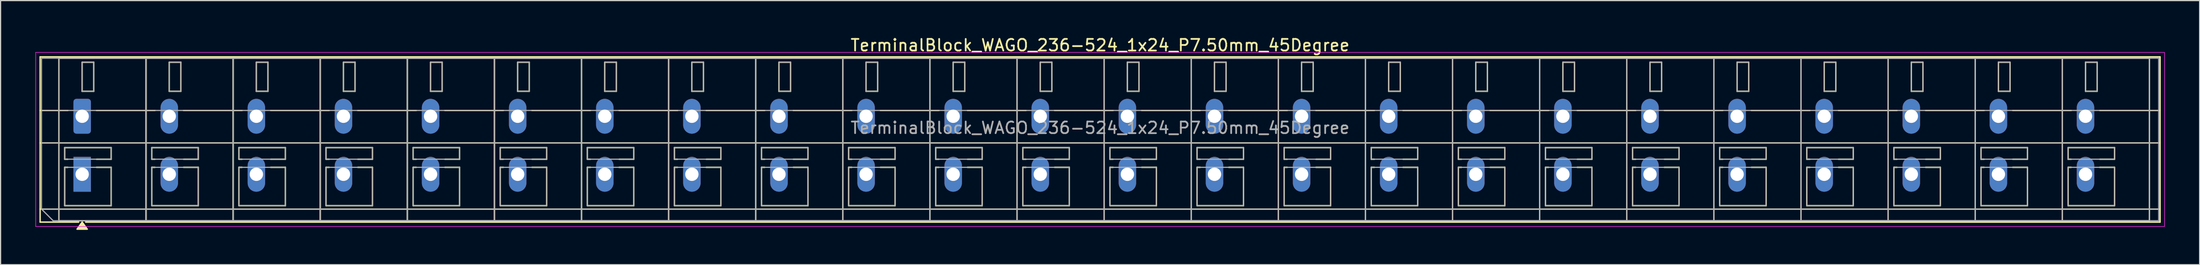
<source format=kicad_pcb>
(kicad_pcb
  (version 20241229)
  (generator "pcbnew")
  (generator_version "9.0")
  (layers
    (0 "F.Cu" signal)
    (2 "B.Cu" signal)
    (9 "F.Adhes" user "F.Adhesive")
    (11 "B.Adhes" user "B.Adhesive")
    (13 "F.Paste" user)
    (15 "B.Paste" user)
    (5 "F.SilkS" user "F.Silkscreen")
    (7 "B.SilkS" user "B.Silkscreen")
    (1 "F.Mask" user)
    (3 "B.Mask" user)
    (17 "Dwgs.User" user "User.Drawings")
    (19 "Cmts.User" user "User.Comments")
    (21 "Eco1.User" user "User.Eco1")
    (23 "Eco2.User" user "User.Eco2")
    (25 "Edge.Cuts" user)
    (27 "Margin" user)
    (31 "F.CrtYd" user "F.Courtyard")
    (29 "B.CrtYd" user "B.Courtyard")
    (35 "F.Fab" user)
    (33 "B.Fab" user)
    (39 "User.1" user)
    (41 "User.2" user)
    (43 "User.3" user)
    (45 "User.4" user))
  (footprint "TerminalBlock_WAGO_236-524_1x24_P7.50mm_45Degree"
    (layer "F.Cu")
    (at 4.025 6.968)
    (property "Reference" "TerminalBlock_WAGO_236-524_1x24_P7.50mm_45Degree" (at 87.65 -6.12 0) (layer "F.SilkS") (effects (font (size 1 1) (thickness 0.15))))
    (attr through_hole)
    (fp_line (start -3.62 -5.12) (end -3.62 9.12) (stroke (width 0.12) (type solid)) (layer "F.SilkS"))
    (fp_line (start -3.62 -5.12) (end 178.92 -5.12) (stroke (width 0.12) (type solid)) (layer "F.SilkS"))
    (fp_line (start -3.62 -0.5) (end -1.23 -0.5) (stroke (width 0.12) (type solid)) (layer "F.SilkS"))
    (fp_line (start -3.62 2.3) (end 178.92 2.3) (stroke (width 0.12) (type solid)) (layer "F.SilkS"))
    (fp_line (start -3.62 8) (end 178.92 8) (stroke (width 0.12) (type solid)) (layer "F.SilkS"))
    (fp_line (start -3.62 9.12) (end -0.3 9.12) (stroke (width 0.12) (type solid)) (layer "F.SilkS"))
    (fp_line (start -2 -5) (end -2 9) (stroke (width 0.12) (type solid)) (layer "F.SilkS"))
    (fp_line (start -2 -5) (end 5.5 -5) (stroke (width 0.12) (type solid)) (layer "F.SilkS"))
    (fp_line (start -2 9) (end 5.5 9) (stroke (width 0.12) (type solid)) (layer "F.SilkS"))
    (fp_line (start -1.5 2.7) (end -1.5 3.7) (stroke (width 0.12) (type solid)) (layer "F.SilkS"))
    (fp_line (start -1.5 2.7) (end 2.5 2.7) (stroke (width 0.12) (type solid)) (layer "F.SilkS"))
    (fp_line (start -1.5 3.7) (end -1.23 3.7) (stroke (width 0.12) (type solid)) (layer "F.SilkS"))
    (fp_line (start -1.5 4.4) (end -1.5 7.7) (stroke (width 0.12) (type solid)) (layer "F.SilkS"))
    (fp_line (start -1.5 4.4) (end -1.23 4.4) (stroke (width 0.12) (type solid)) (layer "F.SilkS"))
    (fp_line (start -1.5 7.7) (end 2.5 7.7) (stroke (width 0.12) (type solid)) (layer "F.SilkS"))
    (fp_line (start 0 -4.65) (end 0 -2.15) (stroke (width 0.12) (type solid)) (layer "F.SilkS"))
    (fp_line (start 0 -4.65) (end 1 -4.65) (stroke (width 0.12) (type solid)) (layer "F.SilkS"))
    (fp_line (start 0 -2.15) (end 1 -2.15) (stroke (width 0.12) (type solid)) (layer "F.SilkS"))
    (fp_line (start 0.3 9.12) (end 178.92 9.12) (stroke (width 0.12) (type solid)) (layer "F.SilkS"))
    (fp_line (start 1 -4.65) (end 1 -2.15) (stroke (width 0.12) (type solid)) (layer "F.SilkS"))
    (fp_line (start 1.23 -0.5) (end 6.27 -0.5) (stroke (width 0.12) (type solid)) (layer "F.SilkS"))
    (fp_line (start 1.23 3.7) (end 2.5 3.7) (stroke (width 0.12) (type solid)) (layer "F.SilkS"))
    (fp_line (start 1.23 4.4) (end 2.5 4.4) (stroke (width 0.12) (type solid)) (layer "F.SilkS"))
    (fp_line (start 2.5 2.7) (end 2.5 3.7) (stroke (width 0.12) (type solid)) (layer "F.SilkS"))
    (fp_line (start 2.5 4.4) (end 2.5 7.7) (stroke (width 0.12) (type solid)) (layer "F.SilkS"))
    (fp_line (start 5.5 -5) (end 5.5 9) (stroke (width 0.12) (type solid)) (layer "F.SilkS"))
    (fp_line (start 5.5 -5) (end 5.5 9) (stroke (width 0.12) (type solid)) (layer "F.SilkS"))
    (fp_line (start 5.5 -5) (end 13 -5) (stroke (width 0.12) (type solid)) (layer "F.SilkS"))
    (fp_line (start 5.5 9) (end 13 9) (stroke (width 0.12) (type solid)) (layer "F.SilkS"))
    (fp_line (start 6 2.7) (end 6 3.7) (stroke (width 0.12) (type solid)) (layer "F.SilkS"))
    (fp_line (start 6 2.7) (end 10 2.7) (stroke (width 0.12) (type solid)) (layer "F.SilkS"))
    (fp_line (start 6 3.7) (end 6.27 3.7) (stroke (width 0.12) (type solid)) (layer "F.SilkS"))
    (fp_line (start 6 4.4) (end 6 7.7) (stroke (width 0.12) (type solid)) (layer "F.SilkS"))
    (fp_line (start 6 4.4) (end 6.27 4.4) (stroke (width 0.12) (type solid)) (layer "F.SilkS"))
    (fp_line (start 6 7.7) (end 10 7.7) (stroke (width 0.12) (type solid)) (layer "F.SilkS"))
    (fp_line (start 7.5 -4.65) (end 7.5 -2.15) (stroke (width 0.12) (type solid)) (layer "F.SilkS"))
    (fp_line (start 7.5 -4.65) (end 8.5 -4.65) (stroke (width 0.12) (type solid)) (layer "F.SilkS"))
    (fp_line (start 7.5 -2.15) (end 8.5 -2.15) (stroke (width 0.12) (type solid)) (layer "F.SilkS"))
    (fp_line (start 8.5 -4.65) (end 8.5 -2.15) (stroke (width 0.12) (type solid)) (layer "F.SilkS"))
    (fp_line (start 8.73 -0.5) (end 13.77 -0.5) (stroke (width 0.12) (type solid)) (layer "F.SilkS"))
    (fp_line (start 8.73 3.7) (end 10 3.7) (stroke (width 0.12) (type solid)) (layer "F.SilkS"))
    (fp_line (start 8.73 4.4) (end 10 4.4) (stroke (width 0.12) (type solid)) (layer "F.SilkS"))
    (fp_line (start 10 2.7) (end 10 3.7) (stroke (width 0.12) (type solid)) (layer "F.SilkS"))
    (fp_line (start 10 4.4) (end 10 7.7) (stroke (width 0.12) (type solid)) (layer "F.SilkS"))
    (fp_line (start 13 -5) (end 13 9) (stroke (width 0.12) (type solid)) (layer "F.SilkS"))
    (fp_line (start 13 -5) (end 13 9) (stroke (width 0.12) (type solid)) (layer "F.SilkS"))
    (fp_line (start 13 -5) (end 20.5 -5) (stroke (width 0.12) (type solid)) (layer "F.SilkS"))
    (fp_line (start 13 9) (end 20.5 9) (stroke (width 0.12) (type solid)) (layer "F.SilkS"))
    (fp_line (start 13.5 2.7) (end 13.5 3.7) (stroke (width 0.12) (type solid)) (layer "F.SilkS"))
    (fp_line (start 13.5 2.7) (end 17.5 2.7) (stroke (width 0.12) (type solid)) (layer "F.SilkS"))
    (fp_line (start 13.5 3.7) (end 13.77 3.7) (stroke (width 0.12) (type solid)) (layer "F.SilkS"))
    (fp_line (start 13.5 4.4) (end 13.5 7.7) (stroke (width 0.12) (type solid)) (layer "F.SilkS"))
    (fp_line (start 13.5 4.4) (end 13.77 4.4) (stroke (width 0.12) (type solid)) (layer "F.SilkS"))
    (fp_line (start 13.5 7.7) (end 17.5 7.7) (stroke (width 0.12) (type solid)) (layer "F.SilkS"))
    (fp_line (start 15 -4.65) (end 15 -2.15) (stroke (width 0.12) (type solid)) (layer "F.SilkS"))
    (fp_line (start 15 -4.65) (end 16 -4.65) (stroke (width 0.12) (type solid)) (layer "F.SilkS"))
    (fp_line (start 15 -2.15) (end 16 -2.15) (stroke (width 0.12) (type solid)) (layer "F.SilkS"))
    (fp_line (start 16 -4.65) (end 16 -2.15) (stroke (width 0.12) (type solid)) (layer "F.SilkS"))
    (fp_line (start 16.23 -0.5) (end 21.27 -0.5) (stroke (width 0.12) (type solid)) (layer "F.SilkS"))
    (fp_line (start 16.23 3.7) (end 17.5 3.7) (stroke (width 0.12) (type solid)) (layer "F.SilkS"))
    (fp_line (start 16.23 4.4) (end 17.5 4.4) (stroke (width 0.12) (type solid)) (layer "F.SilkS"))
    (fp_line (start 17.5 2.7) (end 17.5 3.7) (stroke (width 0.12) (type solid)) (layer "F.SilkS"))
    (fp_line (start 17.5 4.4) (end 17.5 7.7) (stroke (width 0.12) (type solid)) (layer "F.SilkS"))
    (fp_line (start 20.5 -5) (end 20.5 9) (stroke (width 0.12) (type solid)) (layer "F.SilkS"))
    (fp_line (start 20.5 -5) (end 20.5 9) (stroke (width 0.12) (type solid)) (layer "F.SilkS"))
    (fp_line (start 20.5 -5) (end 28 -5) (stroke (width 0.12) (type solid)) (layer "F.SilkS"))
    (fp_line (start 20.5 9) (end 28 9) (stroke (width 0.12) (type solid)) (layer "F.SilkS"))
    (fp_line (start 21 2.7) (end 21 3.7) (stroke (width 0.12) (type solid)) (layer "F.SilkS"))
    (fp_line (start 21 2.7) (end 25 2.7) (stroke (width 0.12) (type solid)) (layer "F.SilkS"))
    (fp_line (start 21 3.7) (end 21.27 3.7) (stroke (width 0.12) (type solid)) (layer "F.SilkS"))
    (fp_line (start 21 4.4) (end 21 7.7) (stroke (width 0.12) (type solid)) (layer "F.SilkS"))
    (fp_line (start 21 4.4) (end 21.27 4.4) (stroke (width 0.12) (type solid)) (layer "F.SilkS"))
    (fp_line (start 21 7.7) (end 25 7.7) (stroke (width 0.12) (type solid)) (layer "F.SilkS"))
    (fp_line (start 22.5 -4.65) (end 22.5 -2.15) (stroke (width 0.12) (type solid)) (layer "F.SilkS"))
    (fp_line (start 22.5 -4.65) (end 23.5 -4.65) (stroke (width 0.12) (type solid)) (layer "F.SilkS"))
    (fp_line (start 22.5 -2.15) (end 23.5 -2.15) (stroke (width 0.12) (type solid)) (layer "F.SilkS"))
    (fp_line (start 23.5 -4.65) (end 23.5 -2.15) (stroke (width 0.12) (type solid)) (layer "F.SilkS"))
    (fp_line (start 23.73 -0.5) (end 28.77 -0.5) (stroke (width 0.12) (type solid)) (layer "F.SilkS"))
    (fp_line (start 23.73 3.7) (end 25 3.7) (stroke (width 0.12) (type solid)) (layer "F.SilkS"))
    (fp_line (start 23.73 4.4) (end 25 4.4) (stroke (width 0.12) (type solid)) (layer "F.SilkS"))
    (fp_line (start 25 2.7) (end 25 3.7) (stroke (width 0.12) (type solid)) (layer "F.SilkS"))
    (fp_line (start 25 4.4) (end 25 7.7) (stroke (width 0.12) (type solid)) (layer "F.SilkS"))
    (fp_line (start 28 -5) (end 28 9) (stroke (width 0.12) (type solid)) (layer "F.SilkS"))
    (fp_line (start 28 -5) (end 28 9) (stroke (width 0.12) (type solid)) (layer "F.SilkS"))
    (fp_line (start 28 -5) (end 35.5 -5) (stroke (width 0.12) (type solid)) (layer "F.SilkS"))
    (fp_line (start 28 9) (end 35.5 9) (stroke (width 0.12) (type solid)) (layer "F.SilkS"))
    (fp_line (start 28.5 2.7) (end 28.5 3.7) (stroke (width 0.12) (type solid)) (layer "F.SilkS"))
    (fp_line (start 28.5 2.7) (end 32.5 2.7) (stroke (width 0.12) (type solid)) (layer "F.SilkS"))
    (fp_line (start 28.5 3.7) (end 28.77 3.7) (stroke (width 0.12) (type solid)) (layer "F.SilkS"))
    (fp_line (start 28.5 4.4) (end 28.5 7.7) (stroke (width 0.12) (type solid)) (layer "F.SilkS"))
    (fp_line (start 28.5 4.4) (end 28.77 4.4) (stroke (width 0.12) (type solid)) (layer "F.SilkS"))
    (fp_line (start 28.5 7.7) (end 32.5 7.7) (stroke (width 0.12) (type solid)) (layer "F.SilkS"))
    (fp_line (start 30 -4.65) (end 30 -2.15) (stroke (width 0.12) (type solid)) (layer "F.SilkS"))
    (fp_line (start 30 -4.65) (end 31 -4.65) (stroke (width 0.12) (type solid)) (layer "F.SilkS"))
    (fp_line (start 30 -2.15) (end 31 -2.15) (stroke (width 0.12) (type solid)) (layer "F.SilkS"))
    (fp_line (start 31 -4.65) (end 31 -2.15) (stroke (width 0.12) (type solid)) (layer "F.SilkS"))
    (fp_line (start 31.23 -0.5) (end 36.27 -0.5) (stroke (width 0.12) (type solid)) (layer "F.SilkS"))
    (fp_line (start 31.23 3.7) (end 32.5 3.7) (stroke (width 0.12) (type solid)) (layer "F.SilkS"))
    (fp_line (start 31.23 4.4) (end 32.5 4.4) (stroke (width 0.12) (type solid)) (layer "F.SilkS"))
    (fp_line (start 32.5 2.7) (end 32.5 3.7) (stroke (width 0.12) (type solid)) (layer "F.SilkS"))
    (fp_line (start 32.5 4.4) (end 32.5 7.7) (stroke (width 0.12) (type solid)) (layer "F.SilkS"))
    (fp_line (start 35.5 -5) (end 35.5 9) (stroke (width 0.12) (type solid)) (layer "F.SilkS"))
    (fp_line (start 35.5 -5) (end 35.5 9) (stroke (width 0.12) (type solid)) (layer "F.SilkS"))
    (fp_line (start 35.5 -5) (end 43 -5) (stroke (width 0.12) (type solid)) (layer "F.SilkS"))
    (fp_line (start 35.5 9) (end 43 9) (stroke (width 0.12) (type solid)) (layer "F.SilkS"))
    (fp_line (start 36 2.7) (end 36 3.7) (stroke (width 0.12) (type solid)) (layer "F.SilkS"))
    (fp_line (start 36 2.7) (end 40 2.7) (stroke (width 0.12) (type solid)) (layer "F.SilkS"))
    (fp_line (start 36 3.7) (end 36.27 3.7) (stroke (width 0.12) (type solid)) (layer "F.SilkS"))
    (fp_line (start 36 4.4) (end 36 7.7) (stroke (width 0.12) (type solid)) (layer "F.SilkS"))
    (fp_line (start 36 4.4) (end 36.27 4.4) (stroke (width 0.12) (type solid)) (layer "F.SilkS"))
    (fp_line (start 36 7.7) (end 40 7.7) (stroke (width 0.12) (type solid)) (layer "F.SilkS"))
    (fp_line (start 37.5 -4.65) (end 37.5 -2.15) (stroke (width 0.12) (type solid)) (layer "F.SilkS"))
    (fp_line (start 37.5 -4.65) (end 38.5 -4.65) (stroke (width 0.12) (type solid)) (layer "F.SilkS"))
    (fp_line (start 37.5 -2.15) (end 38.5 -2.15) (stroke (width 0.12) (type solid)) (layer "F.SilkS"))
    (fp_line (start 38.5 -4.65) (end 38.5 -2.15) (stroke (width 0.12) (type solid)) (layer "F.SilkS"))
    (fp_line (start 38.73 -0.5) (end 43.77 -0.5) (stroke (width 0.12) (type solid)) (layer "F.SilkS"))
    (fp_line (start 38.73 3.7) (end 40 3.7) (stroke (width 0.12) (type solid)) (layer "F.SilkS"))
    (fp_line (start 38.73 4.4) (end 40 4.4) (stroke (width 0.12) (type solid)) (layer "F.SilkS"))
    (fp_line (start 40 2.7) (end 40 3.7) (stroke (width 0.12) (type solid)) (layer "F.SilkS"))
    (fp_line (start 40 4.4) (end 40 7.7) (stroke (width 0.12) (type solid)) (layer "F.SilkS"))
    (fp_line (start 43 -5) (end 43 9) (stroke (width 0.12) (type solid)) (layer "F.SilkS"))
    (fp_line (start 43 -5) (end 43 9) (stroke (width 0.12) (type solid)) (layer "F.SilkS"))
    (fp_line (start 43 -5) (end 50.5 -5) (stroke (width 0.12) (type solid)) (layer "F.SilkS"))
    (fp_line (start 43 9) (end 50.5 9) (stroke (width 0.12) (type solid)) (layer "F.SilkS"))
    (fp_line (start 43.5 2.7) (end 43.5 3.7) (stroke (width 0.12) (type solid)) (layer "F.SilkS"))
    (fp_line (start 43.5 2.7) (end 47.5 2.7) (stroke (width 0.12) (type solid)) (layer "F.SilkS"))
    (fp_line (start 43.5 3.7) (end 43.77 3.7) (stroke (width 0.12) (type solid)) (layer "F.SilkS"))
    (fp_line (start 43.5 4.4) (end 43.5 7.7) (stroke (width 0.12) (type solid)) (layer "F.SilkS"))
    (fp_line (start 43.5 4.4) (end 43.77 4.4) (stroke (width 0.12) (type solid)) (layer "F.SilkS"))
    (fp_line (start 43.5 7.7) (end 47.5 7.7) (stroke (width 0.12) (type solid)) (layer "F.SilkS"))
    (fp_line (start 45 -4.65) (end 45 -2.15) (stroke (width 0.12) (type solid)) (layer "F.SilkS"))
    (fp_line (start 45 -4.65) (end 46 -4.65) (stroke (width 0.12) (type solid)) (layer "F.SilkS"))
    (fp_line (start 45 -2.15) (end 46 -2.15) (stroke (width 0.12) (type solid)) (layer "F.SilkS"))
    (fp_line (start 46 -4.65) (end 46 -2.15) (stroke (width 0.12) (type solid)) (layer "F.SilkS"))
    (fp_line (start 46.23 -0.5) (end 51.27 -0.5) (stroke (width 0.12) (type solid)) (layer "F.SilkS"))
    (fp_line (start 46.23 3.7) (end 47.5 3.7) (stroke (width 0.12) (type solid)) (layer "F.SilkS"))
    (fp_line (start 46.23 4.4) (end 47.5 4.4) (stroke (width 0.12) (type solid)) (layer "F.SilkS"))
    (fp_line (start 47.5 2.7) (end 47.5 3.7) (stroke (width 0.12) (type solid)) (layer "F.SilkS"))
    (fp_line (start 47.5 4.4) (end 47.5 7.7) (stroke (width 0.12) (type solid)) (layer "F.SilkS"))
    (fp_line (start 50.5 -5) (end 50.5 9) (stroke (width 0.12) (type solid)) (layer "F.SilkS"))
    (fp_line (start 50.5 -5) (end 50.5 9) (stroke (width 0.12) (type solid)) (layer "F.SilkS"))
    (fp_line (start 50.5 -5) (end 58 -5) (stroke (width 0.12) (type solid)) (layer "F.SilkS"))
    (fp_line (start 50.5 9) (end 58 9) (stroke (width 0.12) (type solid)) (layer "F.SilkS"))
    (fp_line (start 51 2.7) (end 51 3.7) (stroke (width 0.12) (type solid)) (layer "F.SilkS"))
    (fp_line (start 51 2.7) (end 55 2.7) (stroke (width 0.12) (type solid)) (layer "F.SilkS"))
    (fp_line (start 51 3.7) (end 51.27 3.7) (stroke (width 0.12) (type solid)) (layer "F.SilkS"))
    (fp_line (start 51 4.4) (end 51 7.7) (stroke (width 0.12) (type solid)) (layer "F.SilkS"))
    (fp_line (start 51 4.4) (end 51.27 4.4) (stroke (width 0.12) (type solid)) (layer "F.SilkS"))
    (fp_line (start 51 7.7) (end 55 7.7) (stroke (width 0.12) (type solid)) (layer "F.SilkS"))
    (fp_line (start 52.5 -4.65) (end 52.5 -2.15) (stroke (width 0.12) (type solid)) (layer "F.SilkS"))
    (fp_line (start 52.5 -4.65) (end 53.5 -4.65) (stroke (width 0.12) (type solid)) (layer "F.SilkS"))
    (fp_line (start 52.5 -2.15) (end 53.5 -2.15) (stroke (width 0.12) (type solid)) (layer "F.SilkS"))
    (fp_line (start 53.5 -4.65) (end 53.5 -2.15) (stroke (width 0.12) (type solid)) (layer "F.SilkS"))
    (fp_line (start 53.73 -0.5) (end 58.77 -0.5) (stroke (width 0.12) (type solid)) (layer "F.SilkS"))
    (fp_line (start 53.73 3.7) (end 55 3.7) (stroke (width 0.12) (type solid)) (layer "F.SilkS"))
    (fp_line (start 53.73 4.4) (end 55 4.4) (stroke (width 0.12) (type solid)) (layer "F.SilkS"))
    (fp_line (start 55 2.7) (end 55 3.7) (stroke (width 0.12) (type solid)) (layer "F.SilkS"))
    (fp_line (start 55 4.4) (end 55 7.7) (stroke (width 0.12) (type solid)) (layer "F.SilkS"))
    (fp_line (start 58 -5) (end 58 9) (stroke (width 0.12) (type solid)) (layer "F.SilkS"))
    (fp_line (start 58 -5) (end 58 9) (stroke (width 0.12) (type solid)) (layer "F.SilkS"))
    (fp_line (start 58 -5) (end 65.5 -5) (stroke (width 0.12) (type solid)) (layer "F.SilkS"))
    (fp_line (start 58 9) (end 65.5 9) (stroke (width 0.12) (type solid)) (layer "F.SilkS"))
    (fp_line (start 58.5 2.7) (end 58.5 3.7) (stroke (width 0.12) (type solid)) (layer "F.SilkS"))
    (fp_line (start 58.5 2.7) (end 62.5 2.7) (stroke (width 0.12) (type solid)) (layer "F.SilkS"))
    (fp_line (start 58.5 3.7) (end 58.77 3.7) (stroke (width 0.12) (type solid)) (layer "F.SilkS"))
    (fp_line (start 58.5 4.4) (end 58.5 7.7) (stroke (width 0.12) (type solid)) (layer "F.SilkS"))
    (fp_line (start 58.5 4.4) (end 58.77 4.4) (stroke (width 0.12) (type solid)) (layer "F.SilkS"))
    (fp_line (start 58.5 7.7) (end 62.5 7.7) (stroke (width 0.12) (type solid)) (layer "F.SilkS"))
    (fp_line (start 60 -4.65) (end 60 -2.15) (stroke (width 0.12) (type solid)) (layer "F.SilkS"))
    (fp_line (start 60 -4.65) (end 61 -4.65) (stroke (width 0.12) (type solid)) (layer "F.SilkS"))
    (fp_line (start 60 -2.15) (end 61 -2.15) (stroke (width 0.12) (type solid)) (layer "F.SilkS"))
    (fp_line (start 61 -4.65) (end 61 -2.15) (stroke (width 0.12) (type solid)) (layer "F.SilkS"))
    (fp_line (start 61.23 -0.5) (end 66.27 -0.5) (stroke (width 0.12) (type solid)) (layer "F.SilkS"))
    (fp_line (start 61.23 3.7) (end 62.5 3.7) (stroke (width 0.12) (type solid)) (layer "F.SilkS"))
    (fp_line (start 61.23 4.4) (end 62.5 4.4) (stroke (width 0.12) (type solid)) (layer "F.SilkS"))
    (fp_line (start 62.5 2.7) (end 62.5 3.7) (stroke (width 0.12) (type solid)) (layer "F.SilkS"))
    (fp_line (start 62.5 4.4) (end 62.5 7.7) (stroke (width 0.12) (type solid)) (layer "F.SilkS"))
    (fp_line (start 65.5 -5) (end 65.5 9) (stroke (width 0.12) (type solid)) (layer "F.SilkS"))
    (fp_line (start 65.5 -5) (end 65.5 9) (stroke (width 0.12) (type solid)) (layer "F.SilkS"))
    (fp_line (start 65.5 -5) (end 73 -5) (stroke (width 0.12) (type solid)) (layer "F.SilkS"))
    (fp_line (start 65.5 9) (end 73 9) (stroke (width 0.12) (type solid)) (layer "F.SilkS"))
    (fp_line (start 66 2.7) (end 66 3.7) (stroke (width 0.12) (type solid)) (layer "F.SilkS"))
    (fp_line (start 66 2.7) (end 70 2.7) (stroke (width 0.12) (type solid)) (layer "F.SilkS"))
    (fp_line (start 66 3.7) (end 66.27 3.7) (stroke (width 0.12) (type solid)) (layer "F.SilkS"))
    (fp_line (start 66 4.4) (end 66 7.7) (stroke (width 0.12) (type solid)) (layer "F.SilkS"))
    (fp_line (start 66 4.4) (end 66.27 4.4) (stroke (width 0.12) (type solid)) (layer "F.SilkS"))
    (fp_line (start 66 7.7) (end 70 7.7) (stroke (width 0.12) (type solid)) (layer "F.SilkS"))
    (fp_line (start 67.5 -4.65) (end 67.5 -2.15) (stroke (width 0.12) (type solid)) (layer "F.SilkS"))
    (fp_line (start 67.5 -4.65) (end 68.5 -4.65) (stroke (width 0.12) (type solid)) (layer "F.SilkS"))
    (fp_line (start 67.5 -2.15) (end 68.5 -2.15) (stroke (width 0.12) (type solid)) (layer "F.SilkS"))
    (fp_line (start 68.5 -4.65) (end 68.5 -2.15) (stroke (width 0.12) (type solid)) (layer "F.SilkS"))
    (fp_line (start 68.73 -0.5) (end 73.77 -0.5) (stroke (width 0.12) (type solid)) (layer "F.SilkS"))
    (fp_line (start 68.73 3.7) (end 70 3.7) (stroke (width 0.12) (type solid)) (layer "F.SilkS"))
    (fp_line (start 68.73 4.4) (end 70 4.4) (stroke (width 0.12) (type solid)) (layer "F.SilkS"))
    (fp_line (start 70 2.7) (end 70 3.7) (stroke (width 0.12) (type solid)) (layer "F.SilkS"))
    (fp_line (start 70 4.4) (end 70 7.7) (stroke (width 0.12) (type solid)) (layer "F.SilkS"))
    (fp_line (start 73 -5) (end 73 9) (stroke (width 0.12) (type solid)) (layer "F.SilkS"))
    (fp_line (start 73 -5) (end 73 9) (stroke (width 0.12) (type solid)) (layer "F.SilkS"))
    (fp_line (start 73 -5) (end 80.5 -5) (stroke (width 0.12) (type solid)) (layer "F.SilkS"))
    (fp_line (start 73 9) (end 80.5 9) (stroke (width 0.12) (type solid)) (layer "F.SilkS"))
    (fp_line (start 73.5 2.7) (end 73.5 3.7) (stroke (width 0.12) (type solid)) (layer "F.SilkS"))
    (fp_line (start 73.5 2.7) (end 77.5 2.7) (stroke (width 0.12) (type solid)) (layer "F.SilkS"))
    (fp_line (start 73.5 3.7) (end 73.77 3.7) (stroke (width 0.12) (type solid)) (layer "F.SilkS"))
    (fp_line (start 73.5 4.4) (end 73.5 7.7) (stroke (width 0.12) (type solid)) (layer "F.SilkS"))
    (fp_line (start 73.5 4.4) (end 73.77 4.4) (stroke (width 0.12) (type solid)) (layer "F.SilkS"))
    (fp_line (start 73.5 7.7) (end 77.5 7.7) (stroke (width 0.12) (type solid)) (layer "F.SilkS"))
    (fp_line (start 75 -4.65) (end 75 -2.15) (stroke (width 0.12) (type solid)) (layer "F.SilkS"))
    (fp_line (start 75 -4.65) (end 76 -4.65) (stroke (width 0.12) (type solid)) (layer "F.SilkS"))
    (fp_line (start 75 -2.15) (end 76 -2.15) (stroke (width 0.12) (type solid)) (layer "F.SilkS"))
    (fp_line (start 76 -4.65) (end 76 -2.15) (stroke (width 0.12) (type solid)) (layer "F.SilkS"))
    (fp_line (start 76.23 -0.5) (end 81.27 -0.5) (stroke (width 0.12) (type solid)) (layer "F.SilkS"))
    (fp_line (start 76.23 3.7) (end 77.5 3.7) (stroke (width 0.12) (type solid)) (layer "F.SilkS"))
    (fp_line (start 76.23 4.4) (end 77.5 4.4) (stroke (width 0.12) (type solid)) (layer "F.SilkS"))
    (fp_line (start 77.5 2.7) (end 77.5 3.7) (stroke (width 0.12) (type solid)) (layer "F.SilkS"))
    (fp_line (start 77.5 4.4) (end 77.5 7.7) (stroke (width 0.12) (type solid)) (layer "F.SilkS"))
    (fp_line (start 80.5 -5) (end 80.5 9) (stroke (width 0.12) (type solid)) (layer "F.SilkS"))
    (fp_line (start 80.5 -5) (end 80.5 9) (stroke (width 0.12) (type solid)) (layer "F.SilkS"))
    (fp_line (start 80.5 -5) (end 88 -5) (stroke (width 0.12) (type solid)) (layer "F.SilkS"))
    (fp_line (start 80.5 9) (end 88 9) (stroke (width 0.12) (type solid)) (layer "F.SilkS"))
    (fp_line (start 81 2.7) (end 81 3.7) (stroke (width 0.12) (type solid)) (layer "F.SilkS"))
    (fp_line (start 81 2.7) (end 85 2.7) (stroke (width 0.12) (type solid)) (layer "F.SilkS"))
    (fp_line (start 81 3.7) (end 81.27 3.7) (stroke (width 0.12) (type solid)) (layer "F.SilkS"))
    (fp_line (start 81 4.4) (end 81 7.7) (stroke (width 0.12) (type solid)) (layer "F.SilkS"))
    (fp_line (start 81 4.4) (end 81.27 4.4) (stroke (width 0.12) (type solid)) (layer "F.SilkS"))
    (fp_line (start 81 7.7) (end 85 7.7) (stroke (width 0.12) (type solid)) (layer "F.SilkS"))
    (fp_line (start 82.5 -4.65) (end 82.5 -2.15) (stroke (width 0.12) (type solid)) (layer "F.SilkS"))
    (fp_line (start 82.5 -4.65) (end 83.5 -4.65) (stroke (width 0.12) (type solid)) (layer "F.SilkS"))
    (fp_line (start 82.5 -2.15) (end 83.5 -2.15) (stroke (width 0.12) (type solid)) (layer "F.SilkS"))
    (fp_line (start 83.5 -4.65) (end 83.5 -2.15) (stroke (width 0.12) (type solid)) (layer "F.SilkS"))
    (fp_line (start 83.73 -0.5) (end 88.77 -0.5) (stroke (width 0.12) (type solid)) (layer "F.SilkS"))
    (fp_line (start 83.73 3.7) (end 85 3.7) (stroke (width 0.12) (type solid)) (layer "F.SilkS"))
    (fp_line (start 83.73 4.4) (end 85 4.4) (stroke (width 0.12) (type solid)) (layer "F.SilkS"))
    (fp_line (start 85 2.7) (end 85 3.7) (stroke (width 0.12) (type solid)) (layer "F.SilkS"))
    (fp_line (start 85 4.4) (end 85 7.7) (stroke (width 0.12) (type solid)) (layer "F.SilkS"))
    (fp_line (start 88 -5) (end 88 9) (stroke (width 0.12) (type solid)) (layer "F.SilkS"))
    (fp_line (start 88 -5) (end 88 9) (stroke (width 0.12) (type solid)) (layer "F.SilkS"))
    (fp_line (start 88 -5) (end 95.5 -5) (stroke (width 0.12) (type solid)) (layer "F.SilkS"))
    (fp_line (start 88 9) (end 95.5 9) (stroke (width 0.12) (type solid)) (layer "F.SilkS"))
    (fp_line (start 88.5 2.7) (end 88.5 3.7) (stroke (width 0.12) (type solid)) (layer "F.SilkS"))
    (fp_line (start 88.5 2.7) (end 92.5 2.7) (stroke (width 0.12) (type solid)) (layer "F.SilkS"))
    (fp_line (start 88.5 3.7) (end 88.77 3.7) (stroke (width 0.12) (type solid)) (layer "F.SilkS"))
    (fp_line (start 88.5 4.4) (end 88.5 7.7) (stroke (width 0.12) (type solid)) (layer "F.SilkS"))
    (fp_line (start 88.5 4.4) (end 88.77 4.4) (stroke (width 0.12) (type solid)) (layer "F.SilkS"))
    (fp_line (start 88.5 7.7) (end 92.5 7.7) (stroke (width 0.12) (type solid)) (layer "F.SilkS"))
    (fp_line (start 90 -4.65) (end 90 -2.15) (stroke (width 0.12) (type solid)) (layer "F.SilkS"))
    (fp_line (start 90 -4.65) (end 91 -4.65) (stroke (width 0.12) (type solid)) (layer "F.SilkS"))
    (fp_line (start 90 -2.15) (end 91 -2.15) (stroke (width 0.12) (type solid)) (layer "F.SilkS"))
    (fp_line (start 91 -4.65) (end 91 -2.15) (stroke (width 0.12) (type solid)) (layer "F.SilkS"))
    (fp_line (start 91.23 -0.5) (end 96.27 -0.5) (stroke (width 0.12) (type solid)) (layer "F.SilkS"))
    (fp_line (start 91.23 3.7) (end 92.5 3.7) (stroke (width 0.12) (type solid)) (layer "F.SilkS"))
    (fp_line (start 91.23 4.4) (end 92.5 4.4) (stroke (width 0.12) (type solid)) (layer "F.SilkS"))
    (fp_line (start 92.5 2.7) (end 92.5 3.7) (stroke (width 0.12) (type solid)) (layer "F.SilkS"))
    (fp_line (start 92.5 4.4) (end 92.5 7.7) (stroke (width 0.12) (type solid)) (layer "F.SilkS"))
    (fp_line (start 95.5 -5) (end 95.5 9) (stroke (width 0.12) (type solid)) (layer "F.SilkS"))
    (fp_line (start 95.5 -5) (end 95.5 9) (stroke (width 0.12) (type solid)) (layer "F.SilkS"))
    (fp_line (start 95.5 -5) (end 103 -5) (stroke (width 0.12) (type solid)) (layer "F.SilkS"))
    (fp_line (start 95.5 9) (end 103 9) (stroke (width 0.12) (type solid)) (layer "F.SilkS"))
    (fp_line (start 96 2.7) (end 96 3.7) (stroke (width 0.12) (type solid)) (layer "F.SilkS"))
    (fp_line (start 96 2.7) (end 100 2.7) (stroke (width 0.12) (type solid)) (layer "F.SilkS"))
    (fp_line (start 96 3.7) (end 96.27 3.7) (stroke (width 0.12) (type solid)) (layer "F.SilkS"))
    (fp_line (start 96 4.4) (end 96 7.7) (stroke (width 0.12) (type solid)) (layer "F.SilkS"))
    (fp_line (start 96 4.4) (end 96.27 4.4) (stroke (width 0.12) (type solid)) (layer "F.SilkS"))
    (fp_line (start 96 7.7) (end 100 7.7) (stroke (width 0.12) (type solid)) (layer "F.SilkS"))
    (fp_line (start 97.5 -4.65) (end 97.5 -2.15) (stroke (width 0.12) (type solid)) (layer "F.SilkS"))
    (fp_line (start 97.5 -4.65) (end 98.5 -4.65) (stroke (width 0.12) (type solid)) (layer "F.SilkS"))
    (fp_line (start 97.5 -2.15) (end 98.5 -2.15) (stroke (width 0.12) (type solid)) (layer "F.SilkS"))
    (fp_line (start 98.5 -4.65) (end 98.5 -2.15) (stroke (width 0.12) (type solid)) (layer "F.SilkS"))
    (fp_line (start 98.73 -0.5) (end 103.77 -0.5) (stroke (width 0.12) (type solid)) (layer "F.SilkS"))
    (fp_line (start 98.73 3.7) (end 100 3.7) (stroke (width 0.12) (type solid)) (layer "F.SilkS"))
    (fp_line (start 98.73 4.4) (end 100 4.4) (stroke (width 0.12) (type solid)) (layer "F.SilkS"))
    (fp_line (start 100 2.7) (end 100 3.7) (stroke (width 0.12) (type solid)) (layer "F.SilkS"))
    (fp_line (start 100 4.4) (end 100 7.7) (stroke (width 0.12) (type solid)) (layer "F.SilkS"))
    (fp_line (start 103 -5) (end 103 9) (stroke (width 0.12) (type solid)) (layer "F.SilkS"))
    (fp_line (start 103 -5) (end 103 9) (stroke (width 0.12) (type solid)) (layer "F.SilkS"))
    (fp_line (start 103 -5) (end 110.5 -5) (stroke (width 0.12) (type solid)) (layer "F.SilkS"))
    (fp_line (start 103 9) (end 110.5 9) (stroke (width 0.12) (type solid)) (layer "F.SilkS"))
    (fp_line (start 103.5 2.7) (end 103.5 3.7) (stroke (width 0.12) (type solid)) (layer "F.SilkS"))
    (fp_line (start 103.5 2.7) (end 107.5 2.7) (stroke (width 0.12) (type solid)) (layer "F.SilkS"))
    (fp_line (start 103.5 3.7) (end 103.77 3.7) (stroke (width 0.12) (type solid)) (layer "F.SilkS"))
    (fp_line (start 103.5 4.4) (end 103.5 7.7) (stroke (width 0.12) (type solid)) (layer "F.SilkS"))
    (fp_line (start 103.5 4.4) (end 103.77 4.4) (stroke (width 0.12) (type solid)) (layer "F.SilkS"))
    (fp_line (start 103.5 7.7) (end 107.5 7.7) (stroke (width 0.12) (type solid)) (layer "F.SilkS"))
    (fp_line (start 105 -4.65) (end 105 -2.15) (stroke (width 0.12) (type solid)) (layer "F.SilkS"))
    (fp_line (start 105 -4.65) (end 106 -4.65) (stroke (width 0.12) (type solid)) (layer "F.SilkS"))
    (fp_line (start 105 -2.15) (end 106 -2.15) (stroke (width 0.12) (type solid)) (layer "F.SilkS"))
    (fp_line (start 106 -4.65) (end 106 -2.15) (stroke (width 0.12) (type solid)) (layer "F.SilkS"))
    (fp_line (start 106.23 -0.5) (end 111.27 -0.5) (stroke (width 0.12) (type solid)) (layer "F.SilkS"))
    (fp_line (start 106.23 3.7) (end 107.5 3.7) (stroke (width 0.12) (type solid)) (layer "F.SilkS"))
    (fp_line (start 106.23 4.4) (end 107.5 4.4) (stroke (width 0.12) (type solid)) (layer "F.SilkS"))
    (fp_line (start 107.5 2.7) (end 107.5 3.7) (stroke (width 0.12) (type solid)) (layer "F.SilkS"))
    (fp_line (start 107.5 4.4) (end 107.5 7.7) (stroke (width 0.12) (type solid)) (layer "F.SilkS"))
    (fp_line (start 110.5 -5) (end 110.5 9) (stroke (width 0.12) (type solid)) (layer "F.SilkS"))
    (fp_line (start 110.5 -5) (end 110.5 9) (stroke (width 0.12) (type solid)) (layer "F.SilkS"))
    (fp_line (start 110.5 -5) (end 118 -5) (stroke (width 0.12) (type solid)) (layer "F.SilkS"))
    (fp_line (start 110.5 9) (end 118 9) (stroke (width 0.12) (type solid)) (layer "F.SilkS"))
    (fp_line (start 111 2.7) (end 111 3.7) (stroke (width 0.12) (type solid)) (layer "F.SilkS"))
    (fp_line (start 111 2.7) (end 115 2.7) (stroke (width 0.12) (type solid)) (layer "F.SilkS"))
    (fp_line (start 111 3.7) (end 111.27 3.7) (stroke (width 0.12) (type solid)) (layer "F.SilkS"))
    (fp_line (start 111 4.4) (end 111 7.7) (stroke (width 0.12) (type solid)) (layer "F.SilkS"))
    (fp_line (start 111 4.4) (end 111.27 4.4) (stroke (width 0.12) (type solid)) (layer "F.SilkS"))
    (fp_line (start 111 7.7) (end 115 7.7) (stroke (width 0.12) (type solid)) (layer "F.SilkS"))
    (fp_line (start 112.5 -4.65) (end 112.5 -2.15) (stroke (width 0.12) (type solid)) (layer "F.SilkS"))
    (fp_line (start 112.5 -4.65) (end 113.5 -4.65) (stroke (width 0.12) (type solid)) (layer "F.SilkS"))
    (fp_line (start 112.5 -2.15) (end 113.5 -2.15) (stroke (width 0.12) (type solid)) (layer "F.SilkS"))
    (fp_line (start 113.5 -4.65) (end 113.5 -2.15) (stroke (width 0.12) (type solid)) (layer "F.SilkS"))
    (fp_line (start 113.73 -0.5) (end 118.77 -0.5) (stroke (width 0.12) (type solid)) (layer "F.SilkS"))
    (fp_line (start 113.73 3.7) (end 115 3.7) (stroke (width 0.12) (type solid)) (layer "F.SilkS"))
    (fp_line (start 113.73 4.4) (end 115 4.4) (stroke (width 0.12) (type solid)) (layer "F.SilkS"))
    (fp_line (start 115 2.7) (end 115 3.7) (stroke (width 0.12) (type solid)) (layer "F.SilkS"))
    (fp_line (start 115 4.4) (end 115 7.7) (stroke (width 0.12) (type solid)) (layer "F.SilkS"))
    (fp_line (start 118 -5) (end 118 9) (stroke (width 0.12) (type solid)) (layer "F.SilkS"))
    (fp_line (start 118 -5) (end 118 9) (stroke (width 0.12) (type solid)) (layer "F.SilkS"))
    (fp_line (start 118 -5) (end 125.5 -5) (stroke (width 0.12) (type solid)) (layer "F.SilkS"))
    (fp_line (start 118 9) (end 125.5 9) (stroke (width 0.12) (type solid)) (layer "F.SilkS"))
    (fp_line (start 118.5 2.7) (end 118.5 3.7) (stroke (width 0.12) (type solid)) (layer "F.SilkS"))
    (fp_line (start 118.5 2.7) (end 122.5 2.7) (stroke (width 0.12) (type solid)) (layer "F.SilkS"))
    (fp_line (start 118.5 3.7) (end 118.77 3.7) (stroke (width 0.12) (type solid)) (layer "F.SilkS"))
    (fp_line (start 118.5 4.4) (end 118.5 7.7) (stroke (width 0.12) (type solid)) (layer "F.SilkS"))
    (fp_line (start 118.5 4.4) (end 118.77 4.4) (stroke (width 0.12) (type solid)) (layer "F.SilkS"))
    (fp_line (start 118.5 7.7) (end 122.5 7.7) (stroke (width 0.12) (type solid)) (layer "F.SilkS"))
    (fp_line (start 120 -4.65) (end 120 -2.15) (stroke (width 0.12) (type solid)) (layer "F.SilkS"))
    (fp_line (start 120 -4.65) (end 121 -4.65) (stroke (width 0.12) (type solid)) (layer "F.SilkS"))
    (fp_line (start 120 -2.15) (end 121 -2.15) (stroke (width 0.12) (type solid)) (layer "F.SilkS"))
    (fp_line (start 121 -4.65) (end 121 -2.15) (stroke (width 0.12) (type solid)) (layer "F.SilkS"))
    (fp_line (start 121.23 -0.5) (end 126.27 -0.5) (stroke (width 0.12) (type solid)) (layer "F.SilkS"))
    (fp_line (start 121.23 3.7) (end 122.5 3.7) (stroke (width 0.12) (type solid)) (layer "F.SilkS"))
    (fp_line (start 121.23 4.4) (end 122.5 4.4) (stroke (width 0.12) (type solid)) (layer "F.SilkS"))
    (fp_line (start 122.5 2.7) (end 122.5 3.7) (stroke (width 0.12) (type solid)) (layer "F.SilkS"))
    (fp_line (start 122.5 4.4) (end 122.5 7.7) (stroke (width 0.12) (type solid)) (layer "F.SilkS"))
    (fp_line (start 125.5 -5) (end 125.5 9) (stroke (width 0.12) (type solid)) (layer "F.SilkS"))
    (fp_line (start 125.5 -5) (end 125.5 9) (stroke (width 0.12) (type solid)) (layer "F.SilkS"))
    (fp_line (start 125.5 -5) (end 133 -5) (stroke (width 0.12) (type solid)) (layer "F.SilkS"))
    (fp_line (start 125.5 9) (end 133 9) (stroke (width 0.12) (type solid)) (layer "F.SilkS"))
    (fp_line (start 126 2.7) (end 126 3.7) (stroke (width 0.12) (type solid)) (layer "F.SilkS"))
    (fp_line (start 126 2.7) (end 130 2.7) (stroke (width 0.12) (type solid)) (layer "F.SilkS"))
    (fp_line (start 126 3.7) (end 126.27 3.7) (stroke (width 0.12) (type solid)) (layer "F.SilkS"))
    (fp_line (start 126 4.4) (end 126 7.7) (stroke (width 0.12) (type solid)) (layer "F.SilkS"))
    (fp_line (start 126 4.4) (end 126.27 4.4) (stroke (width 0.12) (type solid)) (layer "F.SilkS"))
    (fp_line (start 126 7.7) (end 130 7.7) (stroke (width 0.12) (type solid)) (layer "F.SilkS"))
    (fp_line (start 127.5 -4.65) (end 127.5 -2.15) (stroke (width 0.12) (type solid)) (layer "F.SilkS"))
    (fp_line (start 127.5 -4.65) (end 128.5 -4.65) (stroke (width 0.12) (type solid)) (layer "F.SilkS"))
    (fp_line (start 127.5 -2.15) (end 128.5 -2.15) (stroke (width 0.12) (type solid)) (layer "F.SilkS"))
    (fp_line (start 128.5 -4.65) (end 128.5 -2.15) (stroke (width 0.12) (type solid)) (layer "F.SilkS"))
    (fp_line (start 128.73 -0.5) (end 133.77 -0.5) (stroke (width 0.12) (type solid)) (layer "F.SilkS"))
    (fp_line (start 128.73 3.7) (end 130 3.7) (stroke (width 0.12) (type solid)) (layer "F.SilkS"))
    (fp_line (start 128.73 4.4) (end 130 4.4) (stroke (width 0.12) (type solid)) (layer "F.SilkS"))
    (fp_line (start 130 2.7) (end 130 3.7) (stroke (width 0.12) (type solid)) (layer "F.SilkS"))
    (fp_line (start 130 4.4) (end 130 7.7) (stroke (width 0.12) (type solid)) (layer "F.SilkS"))
    (fp_line (start 133 -5) (end 133 9) (stroke (width 0.12) (type solid)) (layer "F.SilkS"))
    (fp_line (start 133 -5) (end 133 9) (stroke (width 0.12) (type solid)) (layer "F.SilkS"))
    (fp_line (start 133 -5) (end 140.5 -5) (stroke (width 0.12) (type solid)) (layer "F.SilkS"))
    (fp_line (start 133 9) (end 140.5 9) (stroke (width 0.12) (type solid)) (layer "F.SilkS"))
    (fp_line (start 133.5 2.7) (end 133.5 3.7) (stroke (width 0.12) (type solid)) (layer "F.SilkS"))
    (fp_line (start 133.5 2.7) (end 137.5 2.7) (stroke (width 0.12) (type solid)) (layer "F.SilkS"))
    (fp_line (start 133.5 3.7) (end 133.77 3.7) (stroke (width 0.12) (type solid)) (layer "F.SilkS"))
    (fp_line (start 133.5 4.4) (end 133.5 7.7) (stroke (width 0.12) (type solid)) (layer "F.SilkS"))
    (fp_line (start 133.5 4.4) (end 133.77 4.4) (stroke (width 0.12) (type solid)) (layer "F.SilkS"))
    (fp_line (start 133.5 7.7) (end 137.5 7.7) (stroke (width 0.12) (type solid)) (layer "F.SilkS"))
    (fp_line (start 135 -4.65) (end 135 -2.15) (stroke (width 0.12) (type solid)) (layer "F.SilkS"))
    (fp_line (start 135 -4.65) (end 136 -4.65) (stroke (width 0.12) (type solid)) (layer "F.SilkS"))
    (fp_line (start 135 -2.15) (end 136 -2.15) (stroke (width 0.12) (type solid)) (layer "F.SilkS"))
    (fp_line (start 136 -4.65) (end 136 -2.15) (stroke (width 0.12) (type solid)) (layer "F.SilkS"))
    (fp_line (start 136.23 -0.5) (end 141.27 -0.5) (stroke (width 0.12) (type solid)) (layer "F.SilkS"))
    (fp_line (start 136.23 3.7) (end 137.5 3.7) (stroke (width 0.12) (type solid)) (layer "F.SilkS"))
    (fp_line (start 136.23 4.4) (end 137.5 4.4) (stroke (width 0.12) (type solid)) (layer "F.SilkS"))
    (fp_line (start 137.5 2.7) (end 137.5 3.7) (stroke (width 0.12) (type solid)) (layer "F.SilkS"))
    (fp_line (start 137.5 4.4) (end 137.5 7.7) (stroke (width 0.12) (type solid)) (layer "F.SilkS"))
    (fp_line (start 140.5 -5) (end 140.5 9) (stroke (width 0.12) (type solid)) (layer "F.SilkS"))
    (fp_line (start 140.5 -5) (end 140.5 9) (stroke (width 0.12) (type solid)) (layer "F.SilkS"))
    (fp_line (start 140.5 -5) (end 148 -5) (stroke (width 0.12) (type solid)) (layer "F.SilkS"))
    (fp_line (start 140.5 9) (end 148 9) (stroke (width 0.12) (type solid)) (layer "F.SilkS"))
    (fp_line (start 141 2.7) (end 141 3.7) (stroke (width 0.12) (type solid)) (layer "F.SilkS"))
    (fp_line (start 141 2.7) (end 145 2.7) (stroke (width 0.12) (type solid)) (layer "F.SilkS"))
    (fp_line (start 141 3.7) (end 141.27 3.7) (stroke (width 0.12) (type solid)) (layer "F.SilkS"))
    (fp_line (start 141 4.4) (end 141 7.7) (stroke (width 0.12) (type solid)) (layer "F.SilkS"))
    (fp_line (start 141 4.4) (end 141.27 4.4) (stroke (width 0.12) (type solid)) (layer "F.SilkS"))
    (fp_line (start 141 7.7) (end 145 7.7) (stroke (width 0.12) (type solid)) (layer "F.SilkS"))
    (fp_line (start 142.5 -4.65) (end 142.5 -2.15) (stroke (width 0.12) (type solid)) (layer "F.SilkS"))
    (fp_line (start 142.5 -4.65) (end 143.5 -4.65) (stroke (width 0.12) (type solid)) (layer "F.SilkS"))
    (fp_line (start 142.5 -2.15) (end 143.5 -2.15) (stroke (width 0.12) (type solid)) (layer "F.SilkS"))
    (fp_line (start 143.5 -4.65) (end 143.5 -2.15) (stroke (width 0.12) (type solid)) (layer "F.SilkS"))
    (fp_line (start 143.73 -0.5) (end 148.77 -0.5) (stroke (width 0.12) (type solid)) (layer "F.SilkS"))
    (fp_line (start 143.73 3.7) (end 145 3.7) (stroke (width 0.12) (type solid)) (layer "F.SilkS"))
    (fp_line (start 143.73 4.4) (end 145 4.4) (stroke (width 0.12) (type solid)) (layer "F.SilkS"))
    (fp_line (start 145 2.7) (end 145 3.7) (stroke (width 0.12) (type solid)) (layer "F.SilkS"))
    (fp_line (start 145 4.4) (end 145 7.7) (stroke (width 0.12) (type solid)) (layer "F.SilkS"))
    (fp_line (start 148 -5) (end 148 9) (stroke (width 0.12) (type solid)) (layer "F.SilkS"))
    (fp_line (start 148 -5) (end 148 9) (stroke (width 0.12) (type solid)) (layer "F.SilkS"))
    (fp_line (start 148 -5) (end 155.5 -5) (stroke (width 0.12) (type solid)) (layer "F.SilkS"))
    (fp_line (start 148 9) (end 155.5 9) (stroke (width 0.12) (type solid)) (layer "F.SilkS"))
    (fp_line (start 148.5 2.7) (end 148.5 3.7) (stroke (width 0.12) (type solid)) (layer "F.SilkS"))
    (fp_line (start 148.5 2.7) (end 152.5 2.7) (stroke (width 0.12) (type solid)) (layer "F.SilkS"))
    (fp_line (start 148.5 3.7) (end 148.77 3.7) (stroke (width 0.12) (type solid)) (layer "F.SilkS"))
    (fp_line (start 148.5 4.4) (end 148.5 7.7) (stroke (width 0.12) (type solid)) (layer "F.SilkS"))
    (fp_line (start 148.5 4.4) (end 148.77 4.4) (stroke (width 0.12) (type solid)) (layer "F.SilkS"))
    (fp_line (start 148.5 7.7) (end 152.5 7.7) (stroke (width 0.12) (type solid)) (layer "F.SilkS"))
    (fp_line (start 150 -4.65) (end 150 -2.15) (stroke (width 0.12) (type solid)) (layer "F.SilkS"))
    (fp_line (start 150 -4.65) (end 151 -4.65) (stroke (width 0.12) (type solid)) (layer "F.SilkS"))
    (fp_line (start 150 -2.15) (end 151 -2.15) (stroke (width 0.12) (type solid)) (layer "F.SilkS"))
    (fp_line (start 151 -4.65) (end 151 -2.15) (stroke (width 0.12) (type solid)) (layer "F.SilkS"))
    (fp_line (start 151.23 -0.5) (end 156.27 -0.5) (stroke (width 0.12) (type solid)) (layer "F.SilkS"))
    (fp_line (start 151.23 3.7) (end 152.5 3.7) (stroke (width 0.12) (type solid)) (layer "F.SilkS"))
    (fp_line (start 151.23 4.4) (end 152.5 4.4) (stroke (width 0.12) (type solid)) (layer "F.SilkS"))
    (fp_line (start 152.5 2.7) (end 152.5 3.7) (stroke (width 0.12) (type solid)) (layer "F.SilkS"))
    (fp_line (start 152.5 4.4) (end 152.5 7.7) (stroke (width 0.12) (type solid)) (layer "F.SilkS"))
    (fp_line (start 155.5 -5) (end 155.5 9) (stroke (width 0.12) (type solid)) (layer "F.SilkS"))
    (fp_line (start 155.5 -5) (end 155.5 9) (stroke (width 0.12) (type solid)) (layer "F.SilkS"))
    (fp_line (start 155.5 -5) (end 163 -5) (stroke (width 0.12) (type solid)) (layer "F.SilkS"))
    (fp_line (start 155.5 9) (end 163 9) (stroke (width 0.12) (type solid)) (layer "F.SilkS"))
    (fp_line (start 156 2.7) (end 156 3.7) (stroke (width 0.12) (type solid)) (layer "F.SilkS"))
    (fp_line (start 156 2.7) (end 160 2.7) (stroke (width 0.12) (type solid)) (layer "F.SilkS"))
    (fp_line (start 156 3.7) (end 156.27 3.7) (stroke (width 0.12) (type solid)) (layer "F.SilkS"))
    (fp_line (start 156 4.4) (end 156 7.7) (stroke (width 0.12) (type solid)) (layer "F.SilkS"))
    (fp_line (start 156 4.4) (end 156.27 4.4) (stroke (width 0.12) (type solid)) (layer "F.SilkS"))
    (fp_line (start 156 7.7) (end 160 7.7) (stroke (width 0.12) (type solid)) (layer "F.SilkS"))
    (fp_line (start 157.5 -4.65) (end 157.5 -2.15) (stroke (width 0.12) (type solid)) (layer "F.SilkS"))
    (fp_line (start 157.5 -4.65) (end 158.5 -4.65) (stroke (width 0.12) (type solid)) (layer "F.SilkS"))
    (fp_line (start 157.5 -2.15) (end 158.5 -2.15) (stroke (width 0.12) (type solid)) (layer "F.SilkS"))
    (fp_line (start 158.5 -4.65) (end 158.5 -2.15) (stroke (width 0.12) (type solid)) (layer "F.SilkS"))
    (fp_line (start 158.73 -0.5) (end 163.77 -0.5) (stroke (width 0.12) (type solid)) (layer "F.SilkS"))
    (fp_line (start 158.73 3.7) (end 160 3.7) (stroke (width 0.12) (type solid)) (layer "F.SilkS"))
    (fp_line (start 158.73 4.4) (end 160 4.4) (stroke (width 0.12) (type solid)) (layer "F.SilkS"))
    (fp_line (start 160 2.7) (end 160 3.7) (stroke (width 0.12) (type solid)) (layer "F.SilkS"))
    (fp_line (start 160 4.4) (end 160 7.7) (stroke (width 0.12) (type solid)) (layer "F.SilkS"))
    (fp_line (start 163 -5) (end 163 9) (stroke (width 0.12) (type solid)) (layer "F.SilkS"))
    (fp_line (start 163 -5) (end 163 9) (stroke (width 0.12) (type solid)) (layer "F.SilkS"))
    (fp_line (start 163 -5) (end 170.5 -5) (stroke (width 0.12) (type solid)) (layer "F.SilkS"))
    (fp_line (start 163 9) (end 170.5 9) (stroke (width 0.12) (type solid)) (layer "F.SilkS"))
    (fp_line (start 163.5 2.7) (end 163.5 3.7) (stroke (width 0.12) (type solid)) (layer "F.SilkS"))
    (fp_line (start 163.5 2.7) (end 167.5 2.7) (stroke (width 0.12) (type solid)) (layer "F.SilkS"))
    (fp_line (start 163.5 3.7) (end 163.77 3.7) (stroke (width 0.12) (type solid)) (layer "F.SilkS"))
    (fp_line (start 163.5 4.4) (end 163.5 7.7) (stroke (width 0.12) (type solid)) (layer "F.SilkS"))
    (fp_line (start 163.5 4.4) (end 163.77 4.4) (stroke (width 0.12) (type solid)) (layer "F.SilkS"))
    (fp_line (start 163.5 7.7) (end 167.5 7.7) (stroke (width 0.12) (type solid)) (layer "F.SilkS"))
    (fp_line (start 165 -4.65) (end 165 -2.15) (stroke (width 0.12) (type solid)) (layer "F.SilkS"))
    (fp_line (start 165 -4.65) (end 166 -4.65) (stroke (width 0.12) (type solid)) (layer "F.SilkS"))
    (fp_line (start 165 -2.15) (end 166 -2.15) (stroke (width 0.12) (type solid)) (layer "F.SilkS"))
    (fp_line (start 166 -4.65) (end 166 -2.15) (stroke (width 0.12) (type solid)) (layer "F.SilkS"))
    (fp_line (start 166.23 -0.5) (end 171.27 -0.5) (stroke (width 0.12) (type solid)) (layer "F.SilkS"))
    (fp_line (start 166.23 3.7) (end 167.5 3.7) (stroke (width 0.12) (type solid)) (layer "F.SilkS"))
    (fp_line (start 166.23 4.4) (end 167.5 4.4) (stroke (width 0.12) (type solid)) (layer "F.SilkS"))
    (fp_line (start 167.5 2.7) (end 167.5 3.7) (stroke (width 0.12) (type solid)) (layer "F.SilkS"))
    (fp_line (start 167.5 4.4) (end 167.5 7.7) (stroke (width 0.12) (type solid)) (layer "F.SilkS"))
    (fp_line (start 170.5 -5) (end 170.5 9) (stroke (width 0.12) (type solid)) (layer "F.SilkS"))
    (fp_line (start 170.5 -5) (end 170.5 9) (stroke (width 0.12) (type solid)) (layer "F.SilkS"))
    (fp_line (start 170.5 -5) (end 178 -5) (stroke (width 0.12) (type solid)) (layer "F.SilkS"))
    (fp_line (start 170.5 9) (end 178 9) (stroke (width 0.12) (type solid)) (layer "F.SilkS"))
    (fp_line (start 171 2.7) (end 171 3.7) (stroke (width 0.12) (type solid)) (layer "F.SilkS"))
    (fp_line (start 171 2.7) (end 175 2.7) (stroke (width 0.12) (type solid)) (layer "F.SilkS"))
    (fp_line (start 171 3.7) (end 171.27 3.7) (stroke (width 0.12) (type solid)) (layer "F.SilkS"))
    (fp_line (start 171 4.4) (end 171 7.7) (stroke (width 0.12) (type solid)) (layer "F.SilkS"))
    (fp_line (start 171 4.4) (end 171.27 4.4) (stroke (width 0.12) (type solid)) (layer "F.SilkS"))
    (fp_line (start 171 7.7) (end 175 7.7) (stroke (width 0.12) (type solid)) (layer "F.SilkS"))
    (fp_line (start 172.5 -4.65) (end 172.5 -2.15) (stroke (width 0.12) (type solid)) (layer "F.SilkS"))
    (fp_line (start 172.5 -4.65) (end 173.5 -4.65) (stroke (width 0.12) (type solid)) (layer "F.SilkS"))
    (fp_line (start 172.5 -2.15) (end 173.5 -2.15) (stroke (width 0.12) (type solid)) (layer "F.SilkS"))
    (fp_line (start 173.5 -4.65) (end 173.5 -2.15) (stroke (width 0.12) (type solid)) (layer "F.SilkS"))
    (fp_line (start 173.73 -0.5) (end 178.92 -0.5) (stroke (width 0.12) (type solid)) (layer "F.SilkS"))
    (fp_line (start 173.73 3.7) (end 175 3.7) (stroke (width 0.12) (type solid)) (layer "F.SilkS"))
    (fp_line (start 173.73 4.4) (end 175 4.4) (stroke (width 0.12) (type solid)) (layer "F.SilkS"))
    (fp_line (start 175 2.7) (end 175 3.7) (stroke (width 0.12) (type solid)) (layer "F.SilkS"))
    (fp_line (start 175 4.4) (end 175 7.7) (stroke (width 0.12) (type solid)) (layer "F.SilkS"))
    (fp_line (start 178 -5) (end 178 9) (stroke (width 0.12) (type solid)) (layer "F.SilkS"))
    (fp_line (start 178.92 -5.12) (end 178.92 9.12) (stroke (width 0.12) (type solid)) (layer "F.SilkS"))
    (fp_poly (pts (xy 0 9.12) (xy 0.44 9.73) (xy -0.44 9.73)) (stroke (width 0.12) (type solid)) (fill yes) (layer "F.SilkS"))
    (fp_line (start -4 -5.5) (end -4 9.5) (stroke (width 0.05) (type solid)) (layer "F.CrtYd"))
    (fp_line (start -4 9.5) (end 179.3 9.5) (stroke (width 0.05) (type solid)) (layer "F.CrtYd"))
    (fp_line (start 179.3 -5.5) (end -4 -5.5) (stroke (width 0.05) (type solid)) (layer "F.CrtYd"))
    (fp_line (start 179.3 9.5) (end 179.3 -5.5) (stroke (width 0.05) (type solid)) (layer "F.CrtYd"))
    (fp_line (start -3.5 -5) (end 178.8 -5) (stroke (width 0.1) (type solid)) (layer "F.Fab"))
    (fp_line (start -3.5 -0.5) (end 178.8 -0.5) (stroke (width 0.1) (type solid)) (layer "F.Fab"))
    (fp_line (start -3.5 2.3) (end 178.8 2.3) (stroke (width 0.1) (type solid)) (layer "F.Fab"))
    (fp_line (start -3.5 8) (end -3.5 -5) (stroke (width 0.1) (type solid)) (layer "F.Fab"))
    (fp_line (start -3.5 8) (end 178.8 8) (stroke (width 0.1) (type solid)) (layer "F.Fab"))
    (fp_line (start -2.5 9) (end -3.5 8) (stroke (width 0.1) (type solid)) (layer "F.Fab"))
    (fp_line (start -2 -5) (end -2 9) (stroke (width 0.1) (type solid)) (layer "F.Fab"))
    (fp_line (start -2 9) (end 5.5 9) (stroke (width 0.1) (type solid)) (layer "F.Fab"))
    (fp_line (start -1.5 2.7) (end -1.5 3.7) (stroke (width 0.1) (type solid)) (layer "F.Fab"))
    (fp_line (start -1.5 3.7) (end 2.5 3.7) (stroke (width 0.1) (type solid)) (layer "F.Fab"))
    (fp_line (start -1.5 4.4) (end -1.5 7.7) (stroke (width 0.1) (type solid)) (layer "F.Fab"))
    (fp_line (start -1.5 7.7) (end 2.5 7.7) (stroke (width 0.1) (type solid)) (layer "F.Fab"))
    (fp_line (start 0 -4.65) (end 0 -2.15) (stroke (width 0.1) (type solid)) (layer "F.Fab"))
    (fp_line (start 0 -2.15) (end 1 -2.15) (stroke (width 0.1) (type solid)) (layer "F.Fab"))
    (fp_line (start 1 -4.65) (end 0 -4.65) (stroke (width 0.1) (type solid)) (layer "F.Fab"))
    (fp_line (start 1 -2.15) (end 1 -4.65) (stroke (width 0.1) (type solid)) (layer "F.Fab"))
    (fp_line (start 2.5 2.7) (end -1.5 2.7) (stroke (width 0.1) (type solid)) (layer "F.Fab"))
    (fp_line (start 2.5 3.7) (end 2.5 2.7) (stroke (width 0.1) (type solid)) (layer "F.Fab"))
    (fp_line (start 2.5 4.4) (end -1.5 4.4) (stroke (width 0.1) (type solid)) (layer "F.Fab"))
    (fp_line (start 2.5 7.7) (end 2.5 4.4) (stroke (width 0.1) (type solid)) (layer "F.Fab"))
    (fp_line (start 5.5 -5) (end -2 -5) (stroke (width 0.1) (type solid)) (layer "F.Fab"))
    (fp_line (start 5.5 -5) (end 5.5 9) (stroke (width 0.1) (type solid)) (layer "F.Fab"))
    (fp_line (start 5.5 9) (end 5.5 -5) (stroke (width 0.1) (type solid)) (layer "F.Fab"))
    (fp_line (start 5.5 9) (end 13 9) (stroke (width 0.1) (type solid)) (layer "F.Fab"))
    (fp_line (start 6 2.7) (end 6 3.7) (stroke (width 0.1) (type solid)) (layer "F.Fab"))
    (fp_line (start 6 3.7) (end 10 3.7) (stroke (width 0.1) (type solid)) (layer "F.Fab"))
    (fp_line (start 6 4.4) (end 6 7.7) (stroke (width 0.1) (type solid)) (layer "F.Fab"))
    (fp_line (start 6 7.7) (end 10 7.7) (stroke (width 0.1) (type solid)) (layer "F.Fab"))
    (fp_line (start 7.5 -4.65) (end 7.5 -2.15) (stroke (width 0.1) (type solid)) (layer "F.Fab"))
    (fp_line (start 7.5 -2.15) (end 8.5 -2.15) (stroke (width 0.1) (type solid)) (layer "F.Fab"))
    (fp_line (start 8.5 -4.65) (end 7.5 -4.65) (stroke (width 0.1) (type solid)) (layer "F.Fab"))
    (fp_line (start 8.5 -2.15) (end 8.5 -4.65) (stroke (width 0.1) (type solid)) (layer "F.Fab"))
    (fp_line (start 10 2.7) (end 6 2.7) (stroke (width 0.1) (type solid)) (layer "F.Fab"))
    (fp_line (start 10 3.7) (end 10 2.7) (stroke (width 0.1) (type solid)) (layer "F.Fab"))
    (fp_line (start 10 4.4) (end 6 4.4) (stroke (width 0.1) (type solid)) (layer "F.Fab"))
    (fp_line (start 10 7.7) (end 10 4.4) (stroke (width 0.1) (type solid)) (layer "F.Fab"))
    (fp_line (start 13 -5) (end 5.5 -5) (stroke (width 0.1) (type solid)) (layer "F.Fab"))
    (fp_line (start 13 -5) (end 13 9) (stroke (width 0.1) (type solid)) (layer "F.Fab"))
    (fp_line (start 13 9) (end 13 -5) (stroke (width 0.1) (type solid)) (layer "F.Fab"))
    (fp_line (start 13 9) (end 20.5 9) (stroke (width 0.1) (type solid)) (layer "F.Fab"))
    (fp_line (start 13.5 2.7) (end 13.5 3.7) (stroke (width 0.1) (type solid)) (layer "F.Fab"))
    (fp_line (start 13.5 3.7) (end 17.5 3.7) (stroke (width 0.1) (type solid)) (layer "F.Fab"))
    (fp_line (start 13.5 4.4) (end 13.5 7.7) (stroke (width 0.1) (type solid)) (layer "F.Fab"))
    (fp_line (start 13.5 7.7) (end 17.5 7.7) (stroke (width 0.1) (type solid)) (layer "F.Fab"))
    (fp_line (start 15 -4.65) (end 15 -2.15) (stroke (width 0.1) (type solid)) (layer "F.Fab"))
    (fp_line (start 15 -2.15) (end 16 -2.15) (stroke (width 0.1) (type solid)) (layer "F.Fab"))
    (fp_line (start 16 -4.65) (end 15 -4.65) (stroke (width 0.1) (type solid)) (layer "F.Fab"))
    (fp_line (start 16 -2.15) (end 16 -4.65) (stroke (width 0.1) (type solid)) (layer "F.Fab"))
    (fp_line (start 17.5 2.7) (end 13.5 2.7) (stroke (width 0.1) (type solid)) (layer "F.Fab"))
    (fp_line (start 17.5 3.7) (end 17.5 2.7) (stroke (width 0.1) (type solid)) (layer "F.Fab"))
    (fp_line (start 17.5 4.4) (end 13.5 4.4) (stroke (width 0.1) (type solid)) (layer "F.Fab"))
    (fp_line (start 17.5 7.7) (end 17.5 4.4) (stroke (width 0.1) (type solid)) (layer "F.Fab"))
    (fp_line (start 20.5 -5) (end 13 -5) (stroke (width 0.1) (type solid)) (layer "F.Fab"))
    (fp_line (start 20.5 -5) (end 20.5 9) (stroke (width 0.1) (type solid)) (layer "F.Fab"))
    (fp_line (start 20.5 9) (end 20.5 -5) (stroke (width 0.1) (type solid)) (layer "F.Fab"))
    (fp_line (start 20.5 9) (end 28 9) (stroke (width 0.1) (type solid)) (layer "F.Fab"))
    (fp_line (start 21 2.7) (end 21 3.7) (stroke (width 0.1) (type solid)) (layer "F.Fab"))
    (fp_line (start 21 3.7) (end 25 3.7) (stroke (width 0.1) (type solid)) (layer "F.Fab"))
    (fp_line (start 21 4.4) (end 21 7.7) (stroke (width 0.1) (type solid)) (layer "F.Fab"))
    (fp_line (start 21 7.7) (end 25 7.7) (stroke (width 0.1) (type solid)) (layer "F.Fab"))
    (fp_line (start 22.5 -4.65) (end 22.5 -2.15) (stroke (width 0.1) (type solid)) (layer "F.Fab"))
    (fp_line (start 22.5 -2.15) (end 23.5 -2.15) (stroke (width 0.1) (type solid)) (layer "F.Fab"))
    (fp_line (start 23.5 -4.65) (end 22.5 -4.65) (stroke (width 0.1) (type solid)) (layer "F.Fab"))
    (fp_line (start 23.5 -2.15) (end 23.5 -4.65) (stroke (width 0.1) (type solid)) (layer "F.Fab"))
    (fp_line (start 25 2.7) (end 21 2.7) (stroke (width 0.1) (type solid)) (layer "F.Fab"))
    (fp_line (start 25 3.7) (end 25 2.7) (stroke (width 0.1) (type solid)) (layer "F.Fab"))
    (fp_line (start 25 4.4) (end 21 4.4) (stroke (width 0.1) (type solid)) (layer "F.Fab"))
    (fp_line (start 25 7.7) (end 25 4.4) (stroke (width 0.1) (type solid)) (layer "F.Fab"))
    (fp_line (start 28 -5) (end 20.5 -5) (stroke (width 0.1) (type solid)) (layer "F.Fab"))
    (fp_line (start 28 -5) (end 28 9) (stroke (width 0.1) (type solid)) (layer "F.Fab"))
    (fp_line (start 28 9) (end 28 -5) (stroke (width 0.1) (type solid)) (layer "F.Fab"))
    (fp_line (start 28 9) (end 35.5 9) (stroke (width 0.1) (type solid)) (layer "F.Fab"))
    (fp_line (start 28.5 2.7) (end 28.5 3.7) (stroke (width 0.1) (type solid)) (layer "F.Fab"))
    (fp_line (start 28.5 3.7) (end 32.5 3.7) (stroke (width 0.1) (type solid)) (layer "F.Fab"))
    (fp_line (start 28.5 4.4) (end 28.5 7.7) (stroke (width 0.1) (type solid)) (layer "F.Fab"))
    (fp_line (start 28.5 7.7) (end 32.5 7.7) (stroke (width 0.1) (type solid)) (layer "F.Fab"))
    (fp_line (start 30 -4.65) (end 30 -2.15) (stroke (width 0.1) (type solid)) (layer "F.Fab"))
    (fp_line (start 30 -2.15) (end 31 -2.15) (stroke (width 0.1) (type solid)) (layer "F.Fab"))
    (fp_line (start 31 -4.65) (end 30 -4.65) (stroke (width 0.1) (type solid)) (layer "F.Fab"))
    (fp_line (start 31 -2.15) (end 31 -4.65) (stroke (width 0.1) (type solid)) (layer "F.Fab"))
    (fp_line (start 32.5 2.7) (end 28.5 2.7) (stroke (width 0.1) (type solid)) (layer "F.Fab"))
    (fp_line (start 32.5 3.7) (end 32.5 2.7) (stroke (width 0.1) (type solid)) (layer "F.Fab"))
    (fp_line (start 32.5 4.4) (end 28.5 4.4) (stroke (width 0.1) (type solid)) (layer "F.Fab"))
    (fp_line (start 32.5 7.7) (end 32.5 4.4) (stroke (width 0.1) (type solid)) (layer "F.Fab"))
    (fp_line (start 35.5 -5) (end 28 -5) (stroke (width 0.1) (type solid)) (layer "F.Fab"))
    (fp_line (start 35.5 -5) (end 35.5 9) (stroke (width 0.1) (type solid)) (layer "F.Fab"))
    (fp_line (start 35.5 9) (end 35.5 -5) (stroke (width 0.1) (type solid)) (layer "F.Fab"))
    (fp_line (start 35.5 9) (end 43 9) (stroke (width 0.1) (type solid)) (layer "F.Fab"))
    (fp_line (start 36 2.7) (end 36 3.7) (stroke (width 0.1) (type solid)) (layer "F.Fab"))
    (fp_line (start 36 3.7) (end 40 3.7) (stroke (width 0.1) (type solid)) (layer "F.Fab"))
    (fp_line (start 36 4.4) (end 36 7.7) (stroke (width 0.1) (type solid)) (layer "F.Fab"))
    (fp_line (start 36 7.7) (end 40 7.7) (stroke (width 0.1) (type solid)) (layer "F.Fab"))
    (fp_line (start 37.5 -4.65) (end 37.5 -2.15) (stroke (width 0.1) (type solid)) (layer "F.Fab"))
    (fp_line (start 37.5 -2.15) (end 38.5 -2.15) (stroke (width 0.1) (type solid)) (layer "F.Fab"))
    (fp_line (start 38.5 -4.65) (end 37.5 -4.65) (stroke (width 0.1) (type solid)) (layer "F.Fab"))
    (fp_line (start 38.5 -2.15) (end 38.5 -4.65) (stroke (width 0.1) (type solid)) (layer "F.Fab"))
    (fp_line (start 40 2.7) (end 36 2.7) (stroke (width 0.1) (type solid)) (layer "F.Fab"))
    (fp_line (start 40 3.7) (end 40 2.7) (stroke (width 0.1) (type solid)) (layer "F.Fab"))
    (fp_line (start 40 4.4) (end 36 4.4) (stroke (width 0.1) (type solid)) (layer "F.Fab"))
    (fp_line (start 40 7.7) (end 40 4.4) (stroke (width 0.1) (type solid)) (layer "F.Fab"))
    (fp_line (start 43 -5) (end 35.5 -5) (stroke (width 0.1) (type solid)) (layer "F.Fab"))
    (fp_line (start 43 -5) (end 43 9) (stroke (width 0.1) (type solid)) (layer "F.Fab"))
    (fp_line (start 43 9) (end 43 -5) (stroke (width 0.1) (type solid)) (layer "F.Fab"))
    (fp_line (start 43 9) (end 50.5 9) (stroke (width 0.1) (type solid)) (layer "F.Fab"))
    (fp_line (start 43.5 2.7) (end 43.5 3.7) (stroke (width 0.1) (type solid)) (layer "F.Fab"))
    (fp_line (start 43.5 3.7) (end 47.5 3.7) (stroke (width 0.1) (type solid)) (layer "F.Fab"))
    (fp_line (start 43.5 4.4) (end 43.5 7.7) (stroke (width 0.1) (type solid)) (layer "F.Fab"))
    (fp_line (start 43.5 7.7) (end 47.5 7.7) (stroke (width 0.1) (type solid)) (layer "F.Fab"))
    (fp_line (start 45 -4.65) (end 45 -2.15) (stroke (width 0.1) (type solid)) (layer "F.Fab"))
    (fp_line (start 45 -2.15) (end 46 -2.15) (stroke (width 0.1) (type solid)) (layer "F.Fab"))
    (fp_line (start 46 -4.65) (end 45 -4.65) (stroke (width 0.1) (type solid)) (layer "F.Fab"))
    (fp_line (start 46 -2.15) (end 46 -4.65) (stroke (width 0.1) (type solid)) (layer "F.Fab"))
    (fp_line (start 47.5 2.7) (end 43.5 2.7) (stroke (width 0.1) (type solid)) (layer "F.Fab"))
    (fp_line (start 47.5 3.7) (end 47.5 2.7) (stroke (width 0.1) (type solid)) (layer "F.Fab"))
    (fp_line (start 47.5 4.4) (end 43.5 4.4) (stroke (width 0.1) (type solid)) (layer "F.Fab"))
    (fp_line (start 47.5 7.7) (end 47.5 4.4) (stroke (width 0.1) (type solid)) (layer "F.Fab"))
    (fp_line (start 50.5 -5) (end 43 -5) (stroke (width 0.1) (type solid)) (layer "F.Fab"))
    (fp_line (start 50.5 -5) (end 50.5 9) (stroke (width 0.1) (type solid)) (layer "F.Fab"))
    (fp_line (start 50.5 9) (end 50.5 -5) (stroke (width 0.1) (type solid)) (layer "F.Fab"))
    (fp_line (start 50.5 9) (end 58 9) (stroke (width 0.1) (type solid)) (layer "F.Fab"))
    (fp_line (start 51 2.7) (end 51 3.7) (stroke (width 0.1) (type solid)) (layer "F.Fab"))
    (fp_line (start 51 3.7) (end 55 3.7) (stroke (width 0.1) (type solid)) (layer "F.Fab"))
    (fp_line (start 51 4.4) (end 51 7.7) (stroke (width 0.1) (type solid)) (layer "F.Fab"))
    (fp_line (start 51 7.7) (end 55 7.7) (stroke (width 0.1) (type solid)) (layer "F.Fab"))
    (fp_line (start 52.5 -4.65) (end 52.5 -2.15) (stroke (width 0.1) (type solid)) (layer "F.Fab"))
    (fp_line (start 52.5 -2.15) (end 53.5 -2.15) (stroke (width 0.1) (type solid)) (layer "F.Fab"))
    (fp_line (start 53.5 -4.65) (end 52.5 -4.65) (stroke (width 0.1) (type solid)) (layer "F.Fab"))
    (fp_line (start 53.5 -2.15) (end 53.5 -4.65) (stroke (width 0.1) (type solid)) (layer "F.Fab"))
    (fp_line (start 55 2.7) (end 51 2.7) (stroke (width 0.1) (type solid)) (layer "F.Fab"))
    (fp_line (start 55 3.7) (end 55 2.7) (stroke (width 0.1) (type solid)) (layer "F.Fab"))
    (fp_line (start 55 4.4) (end 51 4.4) (stroke (width 0.1) (type solid)) (layer "F.Fab"))
    (fp_line (start 55 7.7) (end 55 4.4) (stroke (width 0.1) (type solid)) (layer "F.Fab"))
    (fp_line (start 58 -5) (end 50.5 -5) (stroke (width 0.1) (type solid)) (layer "F.Fab"))
    (fp_line (start 58 -5) (end 58 9) (stroke (width 0.1) (type solid)) (layer "F.Fab"))
    (fp_line (start 58 9) (end 58 -5) (stroke (width 0.1) (type solid)) (layer "F.Fab"))
    (fp_line (start 58 9) (end 65.5 9) (stroke (width 0.1) (type solid)) (layer "F.Fab"))
    (fp_line (start 58.5 2.7) (end 58.5 3.7) (stroke (width 0.1) (type solid)) (layer "F.Fab"))
    (fp_line (start 58.5 3.7) (end 62.5 3.7) (stroke (width 0.1) (type solid)) (layer "F.Fab"))
    (fp_line (start 58.5 4.4) (end 58.5 7.7) (stroke (width 0.1) (type solid)) (layer "F.Fab"))
    (fp_line (start 58.5 7.7) (end 62.5 7.7) (stroke (width 0.1) (type solid)) (layer "F.Fab"))
    (fp_line (start 60 -4.65) (end 60 -2.15) (stroke (width 0.1) (type solid)) (layer "F.Fab"))
    (fp_line (start 60 -2.15) (end 61 -2.15) (stroke (width 0.1) (type solid)) (layer "F.Fab"))
    (fp_line (start 61 -4.65) (end 60 -4.65) (stroke (width 0.1) (type solid)) (layer "F.Fab"))
    (fp_line (start 61 -2.15) (end 61 -4.65) (stroke (width 0.1) (type solid)) (layer "F.Fab"))
    (fp_line (start 62.5 2.7) (end 58.5 2.7) (stroke (width 0.1) (type solid)) (layer "F.Fab"))
    (fp_line (start 62.5 3.7) (end 62.5 2.7) (stroke (width 0.1) (type solid)) (layer "F.Fab"))
    (fp_line (start 62.5 4.4) (end 58.5 4.4) (stroke (width 0.1) (type solid)) (layer "F.Fab"))
    (fp_line (start 62.5 7.7) (end 62.5 4.4) (stroke (width 0.1) (type solid)) (layer "F.Fab"))
    (fp_line (start 65.5 -5) (end 58 -5) (stroke (width 0.1) (type solid)) (layer "F.Fab"))
    (fp_line (start 65.5 -5) (end 65.5 9) (stroke (width 0.1) (type solid)) (layer "F.Fab"))
    (fp_line (start 65.5 9) (end 65.5 -5) (stroke (width 0.1) (type solid)) (layer "F.Fab"))
    (fp_line (start 65.5 9) (end 73 9) (stroke (width 0.1) (type solid)) (layer "F.Fab"))
    (fp_line (start 66 2.7) (end 66 3.7) (stroke (width 0.1) (type solid)) (layer "F.Fab"))
    (fp_line (start 66 3.7) (end 70 3.7) (stroke (width 0.1) (type solid)) (layer "F.Fab"))
    (fp_line (start 66 4.4) (end 66 7.7) (stroke (width 0.1) (type solid)) (layer "F.Fab"))
    (fp_line (start 66 7.7) (end 70 7.7) (stroke (width 0.1) (type solid)) (layer "F.Fab"))
    (fp_line (start 67.5 -4.65) (end 67.5 -2.15) (stroke (width 0.1) (type solid)) (layer "F.Fab"))
    (fp_line (start 67.5 -2.15) (end 68.5 -2.15) (stroke (width 0.1) (type solid)) (layer "F.Fab"))
    (fp_line (start 68.5 -4.65) (end 67.5 -4.65) (stroke (width 0.1) (type solid)) (layer "F.Fab"))
    (fp_line (start 68.5 -2.15) (end 68.5 -4.65) (stroke (width 0.1) (type solid)) (layer "F.Fab"))
    (fp_line (start 70 2.7) (end 66 2.7) (stroke (width 0.1) (type solid)) (layer "F.Fab"))
    (fp_line (start 70 3.7) (end 70 2.7) (stroke (width 0.1) (type solid)) (layer "F.Fab"))
    (fp_line (start 70 4.4) (end 66 4.4) (stroke (width 0.1) (type solid)) (layer "F.Fab"))
    (fp_line (start 70 7.7) (end 70 4.4) (stroke (width 0.1) (type solid)) (layer "F.Fab"))
    (fp_line (start 73 -5) (end 65.5 -5) (stroke (width 0.1) (type solid)) (layer "F.Fab"))
    (fp_line (start 73 -5) (end 73 9) (stroke (width 0.1) (type solid)) (layer "F.Fab"))
    (fp_line (start 73 9) (end 73 -5) (stroke (width 0.1) (type solid)) (layer "F.Fab"))
    (fp_line (start 73 9) (end 80.5 9) (stroke (width 0.1) (type solid)) (layer "F.Fab"))
    (fp_line (start 73.5 2.7) (end 73.5 3.7) (stroke (width 0.1) (type solid)) (layer "F.Fab"))
    (fp_line (start 73.5 3.7) (end 77.5 3.7) (stroke (width 0.1) (type solid)) (layer "F.Fab"))
    (fp_line (start 73.5 4.4) (end 73.5 7.7) (stroke (width 0.1) (type solid)) (layer "F.Fab"))
    (fp_line (start 73.5 7.7) (end 77.5 7.7) (stroke (width 0.1) (type solid)) (layer "F.Fab"))
    (fp_line (start 75 -4.65) (end 75 -2.15) (stroke (width 0.1) (type solid)) (layer "F.Fab"))
    (fp_line (start 75 -2.15) (end 76 -2.15) (stroke (width 0.1) (type solid)) (layer "F.Fab"))
    (fp_line (start 76 -4.65) (end 75 -4.65) (stroke (width 0.1) (type solid)) (layer "F.Fab"))
    (fp_line (start 76 -2.15) (end 76 -4.65) (stroke (width 0.1) (type solid)) (layer "F.Fab"))
    (fp_line (start 77.5 2.7) (end 73.5 2.7) (stroke (width 0.1) (type solid)) (layer "F.Fab"))
    (fp_line (start 77.5 3.7) (end 77.5 2.7) (stroke (width 0.1) (type solid)) (layer "F.Fab"))
    (fp_line (start 77.5 4.4) (end 73.5 4.4) (stroke (width 0.1) (type solid)) (layer "F.Fab"))
    (fp_line (start 77.5 7.7) (end 77.5 4.4) (stroke (width 0.1) (type solid)) (layer "F.Fab"))
    (fp_line (start 80.5 -5) (end 73 -5) (stroke (width 0.1) (type solid)) (layer "F.Fab"))
    (fp_line (start 80.5 -5) (end 80.5 9) (stroke (width 0.1) (type solid)) (layer "F.Fab"))
    (fp_line (start 80.5 9) (end 80.5 -5) (stroke (width 0.1) (type solid)) (layer "F.Fab"))
    (fp_line (start 80.5 9) (end 88 9) (stroke (width 0.1) (type solid)) (layer "F.Fab"))
    (fp_line (start 81 2.7) (end 81 3.7) (stroke (width 0.1) (type solid)) (layer "F.Fab"))
    (fp_line (start 81 3.7) (end 85 3.7) (stroke (width 0.1) (type solid)) (layer "F.Fab"))
    (fp_line (start 81 4.4) (end 81 7.7) (stroke (width 0.1) (type solid)) (layer "F.Fab"))
    (fp_line (start 81 7.7) (end 85 7.7) (stroke (width 0.1) (type solid)) (layer "F.Fab"))
    (fp_line (start 82.5 -4.65) (end 82.5 -2.15) (stroke (width 0.1) (type solid)) (layer "F.Fab"))
    (fp_line (start 82.5 -2.15) (end 83.5 -2.15) (stroke (width 0.1) (type solid)) (layer "F.Fab"))
    (fp_line (start 83.5 -4.65) (end 82.5 -4.65) (stroke (width 0.1) (type solid)) (layer "F.Fab"))
    (fp_line (start 83.5 -2.15) (end 83.5 -4.65) (stroke (width 0.1) (type solid)) (layer "F.Fab"))
    (fp_line (start 85 2.7) (end 81 2.7) (stroke (width 0.1) (type solid)) (layer "F.Fab"))
    (fp_line (start 85 3.7) (end 85 2.7) (stroke (width 0.1) (type solid)) (layer "F.Fab"))
    (fp_line (start 85 4.4) (end 81 4.4) (stroke (width 0.1) (type solid)) (layer "F.Fab"))
    (fp_line (start 85 7.7) (end 85 4.4) (stroke (width 0.1) (type solid)) (layer "F.Fab"))
    (fp_line (start 88 -5) (end 80.5 -5) (stroke (width 0.1) (type solid)) (layer "F.Fab"))
    (fp_line (start 88 -5) (end 88 9) (stroke (width 0.1) (type solid)) (layer "F.Fab"))
    (fp_line (start 88 9) (end 88 -5) (stroke (width 0.1) (type solid)) (layer "F.Fab"))
    (fp_line (start 88 9) (end 95.5 9) (stroke (width 0.1) (type solid)) (layer "F.Fab"))
    (fp_line (start 88.5 2.7) (end 88.5 3.7) (stroke (width 0.1) (type solid)) (layer "F.Fab"))
    (fp_line (start 88.5 3.7) (end 92.5 3.7) (stroke (width 0.1) (type solid)) (layer "F.Fab"))
    (fp_line (start 88.5 4.4) (end 88.5 7.7) (stroke (width 0.1) (type solid)) (layer "F.Fab"))
    (fp_line (start 88.5 7.7) (end 92.5 7.7) (stroke (width 0.1) (type solid)) (layer "F.Fab"))
    (fp_line (start 90 -4.65) (end 90 -2.15) (stroke (width 0.1) (type solid)) (layer "F.Fab"))
    (fp_line (start 90 -2.15) (end 91 -2.15) (stroke (width 0.1) (type solid)) (layer "F.Fab"))
    (fp_line (start 91 -4.65) (end 90 -4.65) (stroke (width 0.1) (type solid)) (layer "F.Fab"))
    (fp_line (start 91 -2.15) (end 91 -4.65) (stroke (width 0.1) (type solid)) (layer "F.Fab"))
    (fp_line (start 92.5 2.7) (end 88.5 2.7) (stroke (width 0.1) (type solid)) (layer "F.Fab"))
    (fp_line (start 92.5 3.7) (end 92.5 2.7) (stroke (width 0.1) (type solid)) (layer "F.Fab"))
    (fp_line (start 92.5 4.4) (end 88.5 4.4) (stroke (width 0.1) (type solid)) (layer "F.Fab"))
    (fp_line (start 92.5 7.7) (end 92.5 4.4) (stroke (width 0.1) (type solid)) (layer "F.Fab"))
    (fp_line (start 95.5 -5) (end 88 -5) (stroke (width 0.1) (type solid)) (layer "F.Fab"))
    (fp_line (start 95.5 -5) (end 95.5 9) (stroke (width 0.1) (type solid)) (layer "F.Fab"))
    (fp_line (start 95.5 9) (end 95.5 -5) (stroke (width 0.1) (type solid)) (layer "F.Fab"))
    (fp_line (start 95.5 9) (end 103 9) (stroke (width 0.1) (type solid)) (layer "F.Fab"))
    (fp_line (start 96 2.7) (end 96 3.7) (stroke (width 0.1) (type solid)) (layer "F.Fab"))
    (fp_line (start 96 3.7) (end 100 3.7) (stroke (width 0.1) (type solid)) (layer "F.Fab"))
    (fp_line (start 96 4.4) (end 96 7.7) (stroke (width 0.1) (type solid)) (layer "F.Fab"))
    (fp_line (start 96 7.7) (end 100 7.7) (stroke (width 0.1) (type solid)) (layer "F.Fab"))
    (fp_line (start 97.5 -4.65) (end 97.5 -2.15) (stroke (width 0.1) (type solid)) (layer "F.Fab"))
    (fp_line (start 97.5 -2.15) (end 98.5 -2.15) (stroke (width 0.1) (type solid)) (layer "F.Fab"))
    (fp_line (start 98.5 -4.65) (end 97.5 -4.65) (stroke (width 0.1) (type solid)) (layer "F.Fab"))
    (fp_line (start 98.5 -2.15) (end 98.5 -4.65) (stroke (width 0.1) (type solid)) (layer "F.Fab"))
    (fp_line (start 100 2.7) (end 96 2.7) (stroke (width 0.1) (type solid)) (layer "F.Fab"))
    (fp_line (start 100 3.7) (end 100 2.7) (stroke (width 0.1) (type solid)) (layer "F.Fab"))
    (fp_line (start 100 4.4) (end 96 4.4) (stroke (width 0.1) (type solid)) (layer "F.Fab"))
    (fp_line (start 100 7.7) (end 100 4.4) (stroke (width 0.1) (type solid)) (layer "F.Fab"))
    (fp_line (start 103 -5) (end 95.5 -5) (stroke (width 0.1) (type solid)) (layer "F.Fab"))
    (fp_line (start 103 -5) (end 103 9) (stroke (width 0.1) (type solid)) (layer "F.Fab"))
    (fp_line (start 103 9) (end 103 -5) (stroke (width 0.1) (type solid)) (layer "F.Fab"))
    (fp_line (start 103 9) (end 110.5 9) (stroke (width 0.1) (type solid)) (layer "F.Fab"))
    (fp_line (start 103.5 2.7) (end 103.5 3.7) (stroke (width 0.1) (type solid)) (layer "F.Fab"))
    (fp_line (start 103.5 3.7) (end 107.5 3.7) (stroke (width 0.1) (type solid)) (layer "F.Fab"))
    (fp_line (start 103.5 4.4) (end 103.5 7.7) (stroke (width 0.1) (type solid)) (layer "F.Fab"))
    (fp_line (start 103.5 7.7) (end 107.5 7.7) (stroke (width 0.1) (type solid)) (layer "F.Fab"))
    (fp_line (start 105 -4.65) (end 105 -2.15) (stroke (width 0.1) (type solid)) (layer "F.Fab"))
    (fp_line (start 105 -2.15) (end 106 -2.15) (stroke (width 0.1) (type solid)) (layer "F.Fab"))
    (fp_line (start 106 -4.65) (end 105 -4.65) (stroke (width 0.1) (type solid)) (layer "F.Fab"))
    (fp_line (start 106 -2.15) (end 106 -4.65) (stroke (width 0.1) (type solid)) (layer "F.Fab"))
    (fp_line (start 107.5 2.7) (end 103.5 2.7) (stroke (width 0.1) (type solid)) (layer "F.Fab"))
    (fp_line (start 107.5 3.7) (end 107.5 2.7) (stroke (width 0.1) (type solid)) (layer "F.Fab"))
    (fp_line (start 107.5 4.4) (end 103.5 4.4) (stroke (width 0.1) (type solid)) (layer "F.Fab"))
    (fp_line (start 107.5 7.7) (end 107.5 4.4) (stroke (width 0.1) (type solid)) (layer "F.Fab"))
    (fp_line (start 110.5 -5) (end 103 -5) (stroke (width 0.1) (type solid)) (layer "F.Fab"))
    (fp_line (start 110.5 -5) (end 110.5 9) (stroke (width 0.1) (type solid)) (layer "F.Fab"))
    (fp_line (start 110.5 9) (end 110.5 -5) (stroke (width 0.1) (type solid)) (layer "F.Fab"))
    (fp_line (start 110.5 9) (end 118 9) (stroke (width 0.1) (type solid)) (layer "F.Fab"))
    (fp_line (start 111 2.7) (end 111 3.7) (stroke (width 0.1) (type solid)) (layer "F.Fab"))
    (fp_line (start 111 3.7) (end 115 3.7) (stroke (width 0.1) (type solid)) (layer "F.Fab"))
    (fp_line (start 111 4.4) (end 111 7.7) (stroke (width 0.1) (type solid)) (layer "F.Fab"))
    (fp_line (start 111 7.7) (end 115 7.7) (stroke (width 0.1) (type solid)) (layer "F.Fab"))
    (fp_line (start 112.5 -4.65) (end 112.5 -2.15) (stroke (width 0.1) (type solid)) (layer "F.Fab"))
    (fp_line (start 112.5 -2.15) (end 113.5 -2.15) (stroke (width 0.1) (type solid)) (layer "F.Fab"))
    (fp_line (start 113.5 -4.65) (end 112.5 -4.65) (stroke (width 0.1) (type solid)) (layer "F.Fab"))
    (fp_line (start 113.5 -2.15) (end 113.5 -4.65) (stroke (width 0.1) (type solid)) (layer "F.Fab"))
    (fp_line (start 115 2.7) (end 111 2.7) (stroke (width 0.1) (type solid)) (layer "F.Fab"))
    (fp_line (start 115 3.7) (end 115 2.7) (stroke (width 0.1) (type solid)) (layer "F.Fab"))
    (fp_line (start 115 4.4) (end 111 4.4) (stroke (width 0.1) (type solid)) (layer "F.Fab"))
    (fp_line (start 115 7.7) (end 115 4.4) (stroke (width 0.1) (type solid)) (layer "F.Fab"))
    (fp_line (start 118 -5) (end 110.5 -5) (stroke (width 0.1) (type solid)) (layer "F.Fab"))
    (fp_line (start 118 -5) (end 118 9) (stroke (width 0.1) (type solid)) (layer "F.Fab"))
    (fp_line (start 118 9) (end 118 -5) (stroke (width 0.1) (type solid)) (layer "F.Fab"))
    (fp_line (start 118 9) (end 125.5 9) (stroke (width 0.1) (type solid)) (layer "F.Fab"))
    (fp_line (start 118.5 2.7) (end 118.5 3.7) (stroke (width 0.1) (type solid)) (layer "F.Fab"))
    (fp_line (start 118.5 3.7) (end 122.5 3.7) (stroke (width 0.1) (type solid)) (layer "F.Fab"))
    (fp_line (start 118.5 4.4) (end 118.5 7.7) (stroke (width 0.1) (type solid)) (layer "F.Fab"))
    (fp_line (start 118.5 7.7) (end 122.5 7.7) (stroke (width 0.1) (type solid)) (layer "F.Fab"))
    (fp_line (start 120 -4.65) (end 120 -2.15) (stroke (width 0.1) (type solid)) (layer "F.Fab"))
    (fp_line (start 120 -2.15) (end 121 -2.15) (stroke (width 0.1) (type solid)) (layer "F.Fab"))
    (fp_line (start 121 -4.65) (end 120 -4.65) (stroke (width 0.1) (type solid)) (layer "F.Fab"))
    (fp_line (start 121 -2.15) (end 121 -4.65) (stroke (width 0.1) (type solid)) (layer "F.Fab"))
    (fp_line (start 122.5 2.7) (end 118.5 2.7) (stroke (width 0.1) (type solid)) (layer "F.Fab"))
    (fp_line (start 122.5 3.7) (end 122.5 2.7) (stroke (width 0.1) (type solid)) (layer "F.Fab"))
    (fp_line (start 122.5 4.4) (end 118.5 4.4) (stroke (width 0.1) (type solid)) (layer "F.Fab"))
    (fp_line (start 122.5 7.7) (end 122.5 4.4) (stroke (width 0.1) (type solid)) (layer "F.Fab"))
    (fp_line (start 125.5 -5) (end 118 -5) (stroke (width 0.1) (type solid)) (layer "F.Fab"))
    (fp_line (start 125.5 -5) (end 125.5 9) (stroke (width 0.1) (type solid)) (layer "F.Fab"))
    (fp_line (start 125.5 9) (end 125.5 -5) (stroke (width 0.1) (type solid)) (layer "F.Fab"))
    (fp_line (start 125.5 9) (end 133 9) (stroke (width 0.1) (type solid)) (layer "F.Fab"))
    (fp_line (start 126 2.7) (end 126 3.7) (stroke (width 0.1) (type solid)) (layer "F.Fab"))
    (fp_line (start 126 3.7) (end 130 3.7) (stroke (width 0.1) (type solid)) (layer "F.Fab"))
    (fp_line (start 126 4.4) (end 126 7.7) (stroke (width 0.1) (type solid)) (layer "F.Fab"))
    (fp_line (start 126 7.7) (end 130 7.7) (stroke (width 0.1) (type solid)) (layer "F.Fab"))
    (fp_line (start 127.5 -4.65) (end 127.5 -2.15) (stroke (width 0.1) (type solid)) (layer "F.Fab"))
    (fp_line (start 127.5 -2.15) (end 128.5 -2.15) (stroke (width 0.1) (type solid)) (layer "F.Fab"))
    (fp_line (start 128.5 -4.65) (end 127.5 -4.65) (stroke (width 0.1) (type solid)) (layer "F.Fab"))
    (fp_line (start 128.5 -2.15) (end 128.5 -4.65) (stroke (width 0.1) (type solid)) (layer "F.Fab"))
    (fp_line (start 130 2.7) (end 126 2.7) (stroke (width 0.1) (type solid)) (layer "F.Fab"))
    (fp_line (start 130 3.7) (end 130 2.7) (stroke (width 0.1) (type solid)) (layer "F.Fab"))
    (fp_line (start 130 4.4) (end 126 4.4) (stroke (width 0.1) (type solid)) (layer "F.Fab"))
    (fp_line (start 130 7.7) (end 130 4.4) (stroke (width 0.1) (type solid)) (layer "F.Fab"))
    (fp_line (start 133 -5) (end 125.5 -5) (stroke (width 0.1) (type solid)) (layer "F.Fab"))
    (fp_line (start 133 -5) (end 133 9) (stroke (width 0.1) (type solid)) (layer "F.Fab"))
    (fp_line (start 133 9) (end 133 -5) (stroke (width 0.1) (type solid)) (layer "F.Fab"))
    (fp_line (start 133 9) (end 140.5 9) (stroke (width 0.1) (type solid)) (layer "F.Fab"))
    (fp_line (start 133.5 2.7) (end 133.5 3.7) (stroke (width 0.1) (type solid)) (layer "F.Fab"))
    (fp_line (start 133.5 3.7) (end 137.5 3.7) (stroke (width 0.1) (type solid)) (layer "F.Fab"))
    (fp_line (start 133.5 4.4) (end 133.5 7.7) (stroke (width 0.1) (type solid)) (layer "F.Fab"))
    (fp_line (start 133.5 7.7) (end 137.5 7.7) (stroke (width 0.1) (type solid)) (layer "F.Fab"))
    (fp_line (start 135 -4.65) (end 135 -2.15) (stroke (width 0.1) (type solid)) (layer "F.Fab"))
    (fp_line (start 135 -2.15) (end 136 -2.15) (stroke (width 0.1) (type solid)) (layer "F.Fab"))
    (fp_line (start 136 -4.65) (end 135 -4.65) (stroke (width 0.1) (type solid)) (layer "F.Fab"))
    (fp_line (start 136 -2.15) (end 136 -4.65) (stroke (width 0.1) (type solid)) (layer "F.Fab"))
    (fp_line (start 137.5 2.7) (end 133.5 2.7) (stroke (width 0.1) (type solid)) (layer "F.Fab"))
    (fp_line (start 137.5 3.7) (end 137.5 2.7) (stroke (width 0.1) (type solid)) (layer "F.Fab"))
    (fp_line (start 137.5 4.4) (end 133.5 4.4) (stroke (width 0.1) (type solid)) (layer "F.Fab"))
    (fp_line (start 137.5 7.7) (end 137.5 4.4) (stroke (width 0.1) (type solid)) (layer "F.Fab"))
    (fp_line (start 140.5 -5) (end 133 -5) (stroke (width 0.1) (type solid)) (layer "F.Fab"))
    (fp_line (start 140.5 -5) (end 140.5 9) (stroke (width 0.1) (type solid)) (layer "F.Fab"))
    (fp_line (start 140.5 9) (end 140.5 -5) (stroke (width 0.1) (type solid)) (layer "F.Fab"))
    (fp_line (start 140.5 9) (end 148 9) (stroke (width 0.1) (type solid)) (layer "F.Fab"))
    (fp_line (start 141 2.7) (end 141 3.7) (stroke (width 0.1) (type solid)) (layer "F.Fab"))
    (fp_line (start 141 3.7) (end 145 3.7) (stroke (width 0.1) (type solid)) (layer "F.Fab"))
    (fp_line (start 141 4.4) (end 141 7.7) (stroke (width 0.1) (type solid)) (layer "F.Fab"))
    (fp_line (start 141 7.7) (end 145 7.7) (stroke (width 0.1) (type solid)) (layer "F.Fab"))
    (fp_line (start 142.5 -4.65) (end 142.5 -2.15) (stroke (width 0.1) (type solid)) (layer "F.Fab"))
    (fp_line (start 142.5 -2.15) (end 143.5 -2.15) (stroke (width 0.1) (type solid)) (layer "F.Fab"))
    (fp_line (start 143.5 -4.65) (end 142.5 -4.65) (stroke (width 0.1) (type solid)) (layer "F.Fab"))
    (fp_line (start 143.5 -2.15) (end 143.5 -4.65) (stroke (width 0.1) (type solid)) (layer "F.Fab"))
    (fp_line (start 145 2.7) (end 141 2.7) (stroke (width 0.1) (type solid)) (layer "F.Fab"))
    (fp_line (start 145 3.7) (end 145 2.7) (stroke (width 0.1) (type solid)) (layer "F.Fab"))
    (fp_line (start 145 4.4) (end 141 4.4) (stroke (width 0.1) (type solid)) (layer "F.Fab"))
    (fp_line (start 145 7.7) (end 145 4.4) (stroke (width 0.1) (type solid)) (layer "F.Fab"))
    (fp_line (start 148 -5) (end 140.5 -5) (stroke (width 0.1) (type solid)) (layer "F.Fab"))
    (fp_line (start 148 -5) (end 148 9) (stroke (width 0.1) (type solid)) (layer "F.Fab"))
    (fp_line (start 148 9) (end 148 -5) (stroke (width 0.1) (type solid)) (layer "F.Fab"))
    (fp_line (start 148 9) (end 155.5 9) (stroke (width 0.1) (type solid)) (layer "F.Fab"))
    (fp_line (start 148.5 2.7) (end 148.5 3.7) (stroke (width 0.1) (type solid)) (layer "F.Fab"))
    (fp_line (start 148.5 3.7) (end 152.5 3.7) (stroke (width 0.1) (type solid)) (layer "F.Fab"))
    (fp_line (start 148.5 4.4) (end 148.5 7.7) (stroke (width 0.1) (type solid)) (layer "F.Fab"))
    (fp_line (start 148.5 7.7) (end 152.5 7.7) (stroke (width 0.1) (type solid)) (layer "F.Fab"))
    (fp_line (start 150 -4.65) (end 150 -2.15) (stroke (width 0.1) (type solid)) (layer "F.Fab"))
    (fp_line (start 150 -2.15) (end 151 -2.15) (stroke (width 0.1) (type solid)) (layer "F.Fab"))
    (fp_line (start 151 -4.65) (end 150 -4.65) (stroke (width 0.1) (type solid)) (layer "F.Fab"))
    (fp_line (start 151 -2.15) (end 151 -4.65) (stroke (width 0.1) (type solid)) (layer "F.Fab"))
    (fp_line (start 152.5 2.7) (end 148.5 2.7) (stroke (width 0.1) (type solid)) (layer "F.Fab"))
    (fp_line (start 152.5 3.7) (end 152.5 2.7) (stroke (width 0.1) (type solid)) (layer "F.Fab"))
    (fp_line (start 152.5 4.4) (end 148.5 4.4) (stroke (width 0.1) (type solid)) (layer "F.Fab"))
    (fp_line (start 152.5 7.7) (end 152.5 4.4) (stroke (width 0.1) (type solid)) (layer "F.Fab"))
    (fp_line (start 155.5 -5) (end 148 -5) (stroke (width 0.1) (type solid)) (layer "F.Fab"))
    (fp_line (start 155.5 -5) (end 155.5 9) (stroke (width 0.1) (type solid)) (layer "F.Fab"))
    (fp_line (start 155.5 9) (end 155.5 -5) (stroke (width 0.1) (type solid)) (layer "F.Fab"))
    (fp_line (start 155.5 9) (end 163 9) (stroke (width 0.1) (type solid)) (layer "F.Fab"))
    (fp_line (start 156 2.7) (end 156 3.7) (stroke (width 0.1) (type solid)) (layer "F.Fab"))
    (fp_line (start 156 3.7) (end 160 3.7) (stroke (width 0.1) (type solid)) (layer "F.Fab"))
    (fp_line (start 156 4.4) (end 156 7.7) (stroke (width 0.1) (type solid)) (layer "F.Fab"))
    (fp_line (start 156 7.7) (end 160 7.7) (stroke (width 0.1) (type solid)) (layer "F.Fab"))
    (fp_line (start 157.5 -4.65) (end 157.5 -2.15) (stroke (width 0.1) (type solid)) (layer "F.Fab"))
    (fp_line (start 157.5 -2.15) (end 158.5 -2.15) (stroke (width 0.1) (type solid)) (layer "F.Fab"))
    (fp_line (start 158.5 -4.65) (end 157.5 -4.65) (stroke (width 0.1) (type solid)) (layer "F.Fab"))
    (fp_line (start 158.5 -2.15) (end 158.5 -4.65) (stroke (width 0.1) (type solid)) (layer "F.Fab"))
    (fp_line (start 160 2.7) (end 156 2.7) (stroke (width 0.1) (type solid)) (layer "F.Fab"))
    (fp_line (start 160 3.7) (end 160 2.7) (stroke (width 0.1) (type solid)) (layer "F.Fab"))
    (fp_line (start 160 4.4) (end 156 4.4) (stroke (width 0.1) (type solid)) (layer "F.Fab"))
    (fp_line (start 160 7.7) (end 160 4.4) (stroke (width 0.1) (type solid)) (layer "F.Fab"))
    (fp_line (start 163 -5) (end 155.5 -5) (stroke (width 0.1) (type solid)) (layer "F.Fab"))
    (fp_line (start 163 -5) (end 163 9) (stroke (width 0.1) (type solid)) (layer "F.Fab"))
    (fp_line (start 163 9) (end 163 -5) (stroke (width 0.1) (type solid)) (layer "F.Fab"))
    (fp_line (start 163 9) (end 170.5 9) (stroke (width 0.1) (type solid)) (layer "F.Fab"))
    (fp_line (start 163.5 2.7) (end 163.5 3.7) (stroke (width 0.1) (type solid)) (layer "F.Fab"))
    (fp_line (start 163.5 3.7) (end 167.5 3.7) (stroke (width 0.1) (type solid)) (layer "F.Fab"))
    (fp_line (start 163.5 4.4) (end 163.5 7.7) (stroke (width 0.1) (type solid)) (layer "F.Fab"))
    (fp_line (start 163.5 7.7) (end 167.5 7.7) (stroke (width 0.1) (type solid)) (layer "F.Fab"))
    (fp_line (start 165 -4.65) (end 165 -2.15) (stroke (width 0.1) (type solid)) (layer "F.Fab"))
    (fp_line (start 165 -2.15) (end 166 -2.15) (stroke (width 0.1) (type solid)) (layer "F.Fab"))
    (fp_line (start 166 -4.65) (end 165 -4.65) (stroke (width 0.1) (type solid)) (layer "F.Fab"))
    (fp_line (start 166 -2.15) (end 166 -4.65) (stroke (width 0.1) (type solid)) (layer "F.Fab"))
    (fp_line (start 167.5 2.7) (end 163.5 2.7) (stroke (width 0.1) (type solid)) (layer "F.Fab"))
    (fp_line (start 167.5 3.7) (end 167.5 2.7) (stroke (width 0.1) (type solid)) (layer "F.Fab"))
    (fp_line (start 167.5 4.4) (end 163.5 4.4) (stroke (width 0.1) (type solid)) (layer "F.Fab"))
    (fp_line (start 167.5 7.7) (end 167.5 4.4) (stroke (width 0.1) (type solid)) (layer "F.Fab"))
    (fp_line (start 170.5 -5) (end 163 -5) (stroke (width 0.1) (type solid)) (layer "F.Fab"))
    (fp_line (start 170.5 -5) (end 170.5 9) (stroke (width 0.1) (type solid)) (layer "F.Fab"))
    (fp_line (start 170.5 9) (end 170.5 -5) (stroke (width 0.1) (type solid)) (layer "F.Fab"))
    (fp_line (start 170.5 9) (end 178 9) (stroke (width 0.1) (type solid)) (layer "F.Fab"))
    (fp_line (start 171 2.7) (end 171 3.7) (stroke (width 0.1) (type solid)) (layer "F.Fab"))
    (fp_line (start 171 3.7) (end 175 3.7) (stroke (width 0.1) (type solid)) (layer "F.Fab"))
    (fp_line (start 171 4.4) (end 171 7.7) (stroke (width 0.1) (type solid)) (layer "F.Fab"))
    (fp_line (start 171 7.7) (end 175 7.7) (stroke (width 0.1) (type solid)) (layer "F.Fab"))
    (fp_line (start 172.5 -4.65) (end 172.5 -2.15) (stroke (width 0.1) (type solid)) (layer "F.Fab"))
    (fp_line (start 172.5 -2.15) (end 173.5 -2.15) (stroke (width 0.1) (type solid)) (layer "F.Fab"))
    (fp_line (start 173.5 -4.65) (end 172.5 -4.65) (stroke (width 0.1) (type solid)) (layer "F.Fab"))
    (fp_line (start 173.5 -2.15) (end 173.5 -4.65) (stroke (width 0.1) (type solid)) (layer "F.Fab"))
    (fp_line (start 175 2.7) (end 171 2.7) (stroke (width 0.1) (type solid)) (layer "F.Fab"))
    (fp_line (start 175 3.7) (end 175 2.7) (stroke (width 0.1) (type solid)) (layer "F.Fab"))
    (fp_line (start 175 4.4) (end 171 4.4) (stroke (width 0.1) (type solid)) (layer "F.Fab"))
    (fp_line (start 175 7.7) (end 175 4.4) (stroke (width 0.1) (type solid)) (layer "F.Fab"))
    (fp_line (start 178 -5) (end 170.5 -5) (stroke (width 0.1) (type solid)) (layer "F.Fab"))
    (fp_line (start 178 9) (end 178 -5) (stroke (width 0.1) (type solid)) (layer "F.Fab"))
    (fp_line (start 178.8 -5) (end 178.8 9) (stroke (width 0.1) (type solid)) (layer "F.Fab"))
    (fp_line (start 178.8 9) (end -2.5 9) (stroke (width 0.1) (type solid)) (layer "F.Fab"))
    (fp_text user "${REFERENCE}" (at 87.65 1 0) (layer "F.Fab") (effects (font (size 1 1) (thickness 0.15))))
    (pad "1" thru_hole roundrect (at 0 0) (size 1.5 3) (drill 1.15) (layers "*.Cu" "*.Mask") (roundrect_rratio 0.167))
    (pad "1" thru_hole rect (at 0 5) (size 1.5 3) (drill 1.15) (layers "*.Cu" "*.Mask"))
    (pad "2" thru_hole oval (at 7.5 0) (size 1.5 3) (drill 1.15) (layers "*.Cu" "*.Mask"))
    (pad "2" thru_hole oval (at 7.5 5) (size 1.5 3) (drill 1.15) (layers "*.Cu" "*.Mask"))
    (pad "3" thru_hole oval (at 15 0) (size 1.5 3) (drill 1.15) (layers "*.Cu" "*.Mask"))
    (pad "3" thru_hole oval (at 15 5) (size 1.5 3) (drill 1.15) (layers "*.Cu" "*.Mask"))
    (pad "4" thru_hole oval (at 22.5 0) (size 1.5 3) (drill 1.15) (layers "*.Cu" "*.Mask"))
    (pad "4" thru_hole oval (at 22.5 5) (size 1.5 3) (drill 1.15) (layers "*.Cu" "*.Mask"))
    (pad "5" thru_hole oval (at 30 0) (size 1.5 3) (drill 1.15) (layers "*.Cu" "*.Mask"))
    (pad "5" thru_hole oval (at 30 5) (size 1.5 3) (drill 1.15) (layers "*.Cu" "*.Mask"))
    (pad "6" thru_hole oval (at 37.5 0) (size 1.5 3) (drill 1.15) (layers "*.Cu" "*.Mask"))
    (pad "6" thru_hole oval (at 37.5 5) (size 1.5 3) (drill 1.15) (layers "*.Cu" "*.Mask"))
    (pad "7" thru_hole oval (at 45 0) (size 1.5 3) (drill 1.15) (layers "*.Cu" "*.Mask"))
    (pad "7" thru_hole oval (at 45 5) (size 1.5 3) (drill 1.15) (layers "*.Cu" "*.Mask"))
    (pad "8" thru_hole oval (at 52.5 0) (size 1.5 3) (drill 1.15) (layers "*.Cu" "*.Mask"))
    (pad "8" thru_hole oval (at 52.5 5) (size 1.5 3) (drill 1.15) (layers "*.Cu" "*.Mask"))
    (pad "9" thru_hole oval (at 60 0) (size 1.5 3) (drill 1.15) (layers "*.Cu" "*.Mask"))
    (pad "9" thru_hole oval (at 60 5) (size 1.5 3) (drill 1.15) (layers "*.Cu" "*.Mask"))
    (pad "10" thru_hole oval (at 67.5 0) (size 1.5 3) (drill 1.15) (layers "*.Cu" "*.Mask"))
    (pad "10" thru_hole oval (at 67.5 5) (size 1.5 3) (drill 1.15) (layers "*.Cu" "*.Mask"))
    (pad "11" thru_hole oval (at 75 0) (size 1.5 3) (drill 1.15) (layers "*.Cu" "*.Mask"))
    (pad "11" thru_hole oval (at 75 5) (size 1.5 3) (drill 1.15) (layers "*.Cu" "*.Mask"))
    (pad "12" thru_hole oval (at 82.5 0) (size 1.5 3) (drill 1.15) (layers "*.Cu" "*.Mask"))
    (pad "12" thru_hole oval (at 82.5 5) (size 1.5 3) (drill 1.15) (layers "*.Cu" "*.Mask"))
    (pad "13" thru_hole oval (at 90 0) (size 1.5 3) (drill 1.15) (layers "*.Cu" "*.Mask"))
    (pad "13" thru_hole oval (at 90 5) (size 1.5 3) (drill 1.15) (layers "*.Cu" "*.Mask"))
    (pad "14" thru_hole oval (at 97.5 0) (size 1.5 3) (drill 1.15) (layers "*.Cu" "*.Mask"))
    (pad "14" thru_hole oval (at 97.5 5) (size 1.5 3) (drill 1.15) (layers "*.Cu" "*.Mask"))
    (pad "15" thru_hole oval (at 105 0) (size 1.5 3) (drill 1.15) (layers "*.Cu" "*.Mask"))
    (pad "15" thru_hole oval (at 105 5) (size 1.5 3) (drill 1.15) (layers "*.Cu" "*.Mask"))
    (pad "16" thru_hole oval (at 112.5 0) (size 1.5 3) (drill 1.15) (layers "*.Cu" "*.Mask"))
    (pad "16" thru_hole oval (at 112.5 5) (size 1.5 3) (drill 1.15) (layers "*.Cu" "*.Mask"))
    (pad "17" thru_hole oval (at 120 0) (size 1.5 3) (drill 1.15) (layers "*.Cu" "*.Mask"))
    (pad "17" thru_hole oval (at 120 5) (size 1.5 3) (drill 1.15) (layers "*.Cu" "*.Mask"))
    (pad "18" thru_hole oval (at 127.5 0) (size 1.5 3) (drill 1.15) (layers "*.Cu" "*.Mask"))
    (pad "18" thru_hole oval (at 127.5 5) (size 1.5 3) (drill 1.15) (layers "*.Cu" "*.Mask"))
    (pad "19" thru_hole oval (at 135 0) (size 1.5 3) (drill 1.15) (layers "*.Cu" "*.Mask"))
    (pad "19" thru_hole oval (at 135 5) (size 1.5 3) (drill 1.15) (layers "*.Cu" "*.Mask"))
    (pad "20" thru_hole oval (at 142.5 0) (size 1.5 3) (drill 1.15) (layers "*.Cu" "*.Mask"))
    (pad "20" thru_hole oval (at 142.5 5) (size 1.5 3) (drill 1.15) (layers "*.Cu" "*.Mask"))
    (pad "21" thru_hole oval (at 150 0) (size 1.5 3) (drill 1.15) (layers "*.Cu" "*.Mask"))
    (pad "21" thru_hole oval (at 150 5) (size 1.5 3) (drill 1.15) (layers "*.Cu" "*.Mask"))
    (pad "22" thru_hole oval (at 157.5 0) (size 1.5 3) (drill 1.15) (layers "*.Cu" "*.Mask"))
    (pad "22" thru_hole oval (at 157.5 5) (size 1.5 3) (drill 1.15) (layers "*.Cu" "*.Mask"))
    (pad "23" thru_hole oval (at 165 0) (size 1.5 3) (drill 1.15) (layers "*.Cu" "*.Mask"))
    (pad "23" thru_hole oval (at 165 5) (size 1.5 3) (drill 1.15) (layers "*.Cu" "*.Mask"))
    (pad "24" thru_hole oval (at 172.5 0) (size 1.5 3) (drill 1.15) (layers "*.Cu" "*.Mask"))
    (pad "24" thru_hole oval (at 172.5 5) (size 1.5 3) (drill 1.15) (layers "*.Cu" "*.Mask")))
  (gr_rect
    (start -3 -3)
    (end 186.35 19.758)
    (stroke (width 0.1) (type default))
    (fill no)
    (layer "Edge.Cuts")))
</source>
